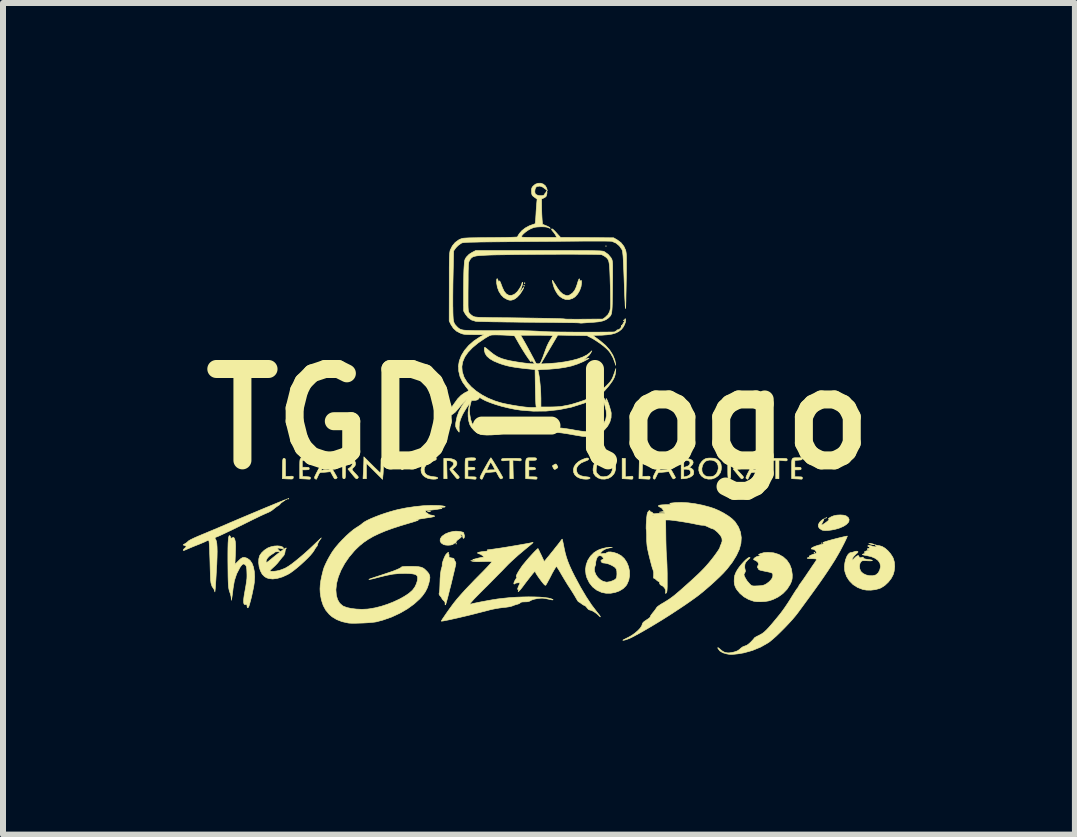
<source format=kicad_pcb>
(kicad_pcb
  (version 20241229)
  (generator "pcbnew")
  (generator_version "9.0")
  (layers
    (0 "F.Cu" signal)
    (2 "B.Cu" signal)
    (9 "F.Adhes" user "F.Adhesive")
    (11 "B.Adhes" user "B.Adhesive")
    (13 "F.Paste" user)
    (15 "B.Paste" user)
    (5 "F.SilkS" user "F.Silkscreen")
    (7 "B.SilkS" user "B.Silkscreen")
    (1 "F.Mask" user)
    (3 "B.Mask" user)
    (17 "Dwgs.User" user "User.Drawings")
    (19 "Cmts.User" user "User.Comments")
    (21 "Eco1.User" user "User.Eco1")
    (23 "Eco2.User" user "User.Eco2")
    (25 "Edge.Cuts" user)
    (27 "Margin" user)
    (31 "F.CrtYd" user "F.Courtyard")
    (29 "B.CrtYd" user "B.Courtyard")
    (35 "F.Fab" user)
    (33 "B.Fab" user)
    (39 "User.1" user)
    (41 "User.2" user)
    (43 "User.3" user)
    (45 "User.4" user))
  (footprint "TGD-logo"
    (layer "F.Cu")
    (at 5.927 3.937)
    (property "Reference" "TGD-logo" (at 0 0 0) (layer "F.SilkS") (effects (font (size 1.524 1.524) (thickness 0.3))))
    (attr through_hole)
    (fp_poly (pts (xy -4.191 1.339) (xy -4.196 1.344) (xy -4.202 1.339) (xy -4.196 1.333) (xy -4.191 1.339)) (stroke (width 0.01) (type solid)) (fill yes) (layer "F.SilkS"))
    (fp_poly (pts (xy -1.365 2.08) (xy -1.371 2.085) (xy -1.376 2.08) (xy -1.371 2.074) (xy -1.365 2.08)) (stroke (width 0.01) (type solid)) (fill yes) (layer "F.SilkS"))
    (fp_poly (pts (xy 1.132 -2.884) (xy 1.127 -2.879) (xy 1.122 -2.884) (xy 1.127 -2.889) (xy 1.132 -2.884)) (stroke (width 0.01) (type solid)) (fill yes) (layer "F.SilkS"))
    (fp_poly (pts (xy 1.429 -1.646) (xy 1.423 -1.64) (xy 1.418 -1.646) (xy 1.423 -1.651) (xy 1.429 -1.646)) (stroke (width 0.01) (type solid)) (fill yes) (layer "F.SilkS"))
    (fp_poly (pts (xy 4.731 2.069) (xy 4.725 2.074) (xy 4.72 2.069) (xy 4.725 2.064) (xy 4.731 2.069)) (stroke (width 0.01) (type solid)) (fill yes) (layer "F.SilkS"))
    (fp_poly (pts (xy 4.784 1.656) (xy 4.778 1.662) (xy 4.773 1.656) (xy 4.778 1.651) (xy 4.784 1.656)) (stroke (width 0.01) (type solid)) (fill yes) (layer "F.SilkS"))
    (fp_poly (pts (xy 4.805 1.646) (xy 4.8 1.651) (xy 4.794 1.646) (xy 4.8 1.64) (xy 4.805 1.646)) (stroke (width 0.01) (type solid)) (fill yes) (layer "F.SilkS"))
    (fp_poly (pts (xy -4.163 1.326) (xy -4.164 1.333) (xy -4.17 1.333) (xy -4.179 1.33) (xy -4.177 1.326) (xy -4.164 1.325) (xy -4.163 1.326)) (stroke (width 0.01) (type solid)) (fill yes) (layer "F.SilkS"))
    (fp_poly (pts (xy -0.236 -2.23) (xy -0.235 -2.217) (xy -0.236 -2.215) (xy -0.243 -2.217) (xy -0.243 -2.223) (xy -0.24 -2.231) (xy -0.236 -2.23)) (stroke (width 0.01) (type solid)) (fill yes) (layer "F.SilkS"))
    (fp_poly (pts (xy -0.226 -2.272) (xy -0.225 -2.259) (xy -0.226 -2.258) (xy -0.232 -2.259) (xy -0.233 -2.265) (xy -0.229 -2.274) (xy -0.226 -2.272)) (stroke (width 0.01) (type solid)) (fill yes) (layer "F.SilkS"))
    (fp_poly (pts (xy 4.611 2.226) (xy 4.609 2.232) (xy 4.604 2.233) (xy 4.595 2.229) (xy 4.597 2.226) (xy 4.609 2.225) (xy 4.611 2.226)) (stroke (width 0.01) (type solid)) (fill yes) (layer "F.SilkS"))
    (fp_poly (pts (xy -1.802 1.538) (xy -1.799 1.541) (xy -1.814 1.542) (xy -1.826 1.542) (xy -1.846 1.541) (xy -1.849 1.539) (xy -1.844 1.538) (xy -1.816 1.536) (xy -1.802 1.538)) (stroke (width 0.01) (type solid)) (fill yes) (layer "F.SilkS"))
    (fp_poly (pts (xy 5.565 2.08) (xy 5.583 2.085) (xy 5.604 2.094) (xy 5.583 2.094) (xy 5.556 2.09) (xy 5.535 2.085) (xy 5.509 2.076) (xy 5.535 2.076) (xy 5.565 2.08)) (stroke (width 0.01) (type solid)) (fill yes) (layer "F.SilkS"))
    (fp_poly (pts (xy -2.241 0.761) (xy -2.231 0.772) (xy -2.216 0.794) (xy -2.216 0.808) (xy -2.232 0.822) (xy -2.243 0.829) (xy -2.275 0.847) (xy -2.292 0.814) (xy -2.302 0.792) (xy -2.306 0.779) (xy -2.305 0.778) (xy -2.294 0.772) (xy -2.276 0.762) (xy -2.256 0.754) (xy -2.241 0.761)) (stroke (width 0.01) (type solid)) (fill yes) (layer "F.SilkS"))
    (fp_poly (pts (xy 0.296 0.752) (xy 0.305 0.764) (xy 0.312 0.775) (xy 0.323 0.795) (xy 0.323 0.808) (xy 0.31 0.821) (xy 0.283 0.837) (xy 0.269 0.84) (xy 0.257 0.829) (xy 0.248 0.814) (xy 0.238 0.792) (xy 0.234 0.78) (xy 0.235 0.779) (xy 0.266 0.759) (xy 0.284 0.75) (xy 0.296 0.752)) (stroke (width 0.01) (type solid)) (fill yes) (layer "F.SilkS"))
    (fp_poly (pts (xy 1.45 0.965) (xy 1.513 0.958) (xy 1.548 0.954) (xy 1.567 0.954) (xy 1.575 0.96) (xy 1.577 0.974) (xy 1.577 0.978) (xy 1.573 0.999) (xy 1.558 1.003) (xy 1.539 1.002) (xy 1.505 1) (xy 1.468 0.998) (xy 1.397 0.994) (xy 1.397 0.656) (xy 1.45 0.656) (xy 1.45 0.965)) (stroke (width 0.01) (type solid)) (fill yes) (layer "F.SilkS"))
    (fp_poly (pts (xy 1.734 0.807) (xy 1.73 0.958) (xy 1.797 0.955) (xy 1.833 0.953) (xy 1.852 0.955) (xy 1.861 0.962) (xy 1.863 0.974) (xy 1.863 0.979) (xy 1.858 0.999) (xy 1.844 1.003) (xy 1.825 1.002) (xy 1.791 1) (xy 1.752 0.998) (xy 1.677 0.994) (xy 1.684 0.656) (xy 1.738 0.656) (xy 1.734 0.807)) (stroke (width 0.01) (type solid)) (fill yes) (layer "F.SilkS"))
    (fp_poly (pts (xy -4.231 0.657) (xy -4.225 0.661) (xy -4.22 0.672) (xy -4.218 0.693) (xy -4.217 0.726) (xy -4.217 0.777) (xy -4.217 0.807) (xy -4.217 0.958) (xy -4.151 0.955) (xy -4.114 0.953) (xy -4.095 0.955) (xy -4.087 0.961) (xy -4.087 0.973) (xy -4.087 0.976) (xy -4.09 0.988) (xy -4.096 0.996) (xy -4.109 1) (xy -4.134 1) (xy -4.175 0.999) (xy -4.196 0.998) (xy -4.27 0.994) (xy -4.267 0.825) (xy -4.266 0.762) (xy -4.265 0.717) (xy -4.263 0.687) (xy -4.259 0.669) (xy -4.255 0.66) (xy -4.248 0.657) (xy -4.24 0.656) (xy -4.231 0.657)) (stroke (width 0.01) (type solid)) (fill yes) (layer "F.SilkS"))
    (fp_poly (pts (xy 4.047 0.656) (xy 4.091 0.657) (xy 4.12 0.658) (xy 4.137 0.661) (xy 4.146 0.666) (xy 4.148 0.673) (xy 4.149 0.679) (xy 4.147 0.69) (xy 4.14 0.696) (xy 4.122 0.697) (xy 4.089 0.695) (xy 4.08 0.694) (xy 4.011 0.686) (xy 4.011 0.995) (xy 3.958 0.995) (xy 3.958 0.685) (xy 3.889 0.693) (xy 3.852 0.696) (xy 3.832 0.696) (xy 3.823 0.691) (xy 3.821 0.681) (xy 3.821 0.678) (xy 3.821 0.67) (xy 3.826 0.664) (xy 3.838 0.66) (xy 3.859 0.658) (xy 3.894 0.657) (xy 3.944 0.656) (xy 3.985 0.656) (xy 4.047 0.656)) (stroke (width 0.01) (type solid)) (fill yes) (layer "F.SilkS"))
    (fp_poly (pts (xy -0.388 0.656) (xy -0.344 0.657) (xy -0.314 0.658) (xy -0.297 0.661) (xy -0.289 0.666) (xy -0.286 0.673) (xy -0.286 0.678) (xy -0.287 0.69) (xy -0.295 0.696) (xy -0.313 0.697) (xy -0.346 0.694) (xy -0.356 0.693) (xy -0.425 0.685) (xy -0.422 0.84) (xy -0.418 0.995) (xy -0.447 0.995) (xy -0.476 0.995) (xy -0.476 0.685) (xy -0.545 0.693) (xy -0.582 0.696) (xy -0.603 0.696) (xy -0.612 0.691) (xy -0.614 0.681) (xy -0.614 0.678) (xy -0.613 0.67) (xy -0.608 0.664) (xy -0.597 0.66) (xy -0.575 0.658) (xy -0.541 0.657) (xy -0.49 0.656) (xy -0.45 0.656) (xy -0.388 0.656)) (stroke (width 0.01) (type solid)) (fill yes) (layer "F.SilkS"))
    (fp_poly (pts (xy 0.83 0.652) (xy 0.838 0.663) (xy 0.835 0.675) (xy 0.821 0.686) (xy 0.791 0.699) (xy 0.773 0.705) (xy 0.713 0.732) (xy 0.669 0.766) (xy 0.642 0.806) (xy 0.635 0.842) (xy 0.642 0.886) (xy 0.663 0.92) (xy 0.701 0.943) (xy 0.757 0.958) (xy 0.794 0.962) (xy 0.833 0.967) (xy 0.855 0.974) (xy 0.862 0.983) (xy 0.863 0.984) (xy 0.853 0.994) (xy 0.828 1.001) (xy 0.793 1.003) (xy 0.752 1) (xy 0.712 0.993) (xy 0.697 0.989) (xy 0.644 0.964) (xy 0.607 0.929) (xy 0.587 0.887) (xy 0.584 0.841) (xy 0.596 0.794) (xy 0.626 0.749) (xy 0.671 0.709) (xy 0.71 0.686) (xy 0.766 0.662) (xy 0.806 0.65) (xy 0.83 0.652)) (stroke (width 0.01) (type solid)) (fill yes) (layer "F.SilkS"))
    (fp_poly (pts (xy -1.707 0.649) (xy -1.703 0.658) (xy -1.702 0.664) (xy -1.705 0.676) (xy -1.721 0.687) (xy -1.753 0.7) (xy -1.767 0.705) (xy -1.827 0.732) (xy -1.871 0.766) (xy -1.898 0.806) (xy -1.905 0.842) (xy -1.898 0.886) (xy -1.877 0.92) (xy -1.839 0.943) (xy -1.783 0.958) (xy -1.746 0.962) (xy -1.707 0.967) (xy -1.685 0.974) (xy -1.678 0.983) (xy -1.677 0.984) (xy -1.687 0.994) (xy -1.712 1.001) (xy -1.747 1.003) (xy -1.788 1) (xy -1.828 0.993) (xy -1.843 0.989) (xy -1.893 0.964) (xy -1.925 0.936) (xy -1.951 0.893) (xy -1.958 0.847) (xy -1.947 0.799) (xy -1.921 0.754) (xy -1.879 0.714) (xy -1.825 0.681) (xy -1.774 0.661) (xy -1.738 0.651) (xy -1.717 0.647) (xy -1.707 0.649)) (stroke (width 0.01) (type solid)) (fill yes) (layer "F.SilkS"))
    (fp_poly (pts (xy -2.775 0.765) (xy -2.732 0.808) (xy -2.693 0.845) (xy -2.662 0.875) (xy -2.641 0.894) (xy -2.632 0.9) (xy -2.629 0.89) (xy -2.627 0.863) (xy -2.625 0.823) (xy -2.625 0.774) (xy -2.625 0.774) (xy -2.624 0.72) (xy -2.624 0.685) (xy -2.621 0.664) (xy -2.617 0.654) (xy -2.61 0.652) (xy -2.603 0.653) (xy -2.594 0.657) (xy -2.588 0.666) (xy -2.585 0.684) (xy -2.583 0.715) (xy -2.584 0.763) (xy -2.584 0.766) (xy -2.585 0.821) (xy -2.587 0.876) (xy -2.59 0.924) (xy -2.592 0.939) (xy -2.598 1.006) (xy -2.733 0.871) (xy -2.868 0.736) (xy -2.868 0.995) (xy -2.924 0.995) (xy -2.917 0.866) (xy -2.915 0.81) (xy -2.912 0.756) (xy -2.911 0.711) (xy -2.91 0.684) (xy -2.91 0.63) (xy -2.775 0.765)) (stroke (width 0.01) (type solid)) (fill yes) (layer "F.SilkS"))
    (fp_poly (pts (xy -1.452 0.662) (xy -1.406 0.676) (xy -1.374 0.699) (xy -1.359 0.727) (xy -1.361 0.76) (xy -1.383 0.794) (xy -1.4 0.81) (xy -1.432 0.837) (xy -1.407 0.866) (xy -1.383 0.892) (xy -1.356 0.922) (xy -1.347 0.932) (xy -1.326 0.955) (xy -1.319 0.969) (xy -1.323 0.979) (xy -1.332 0.988) (xy -1.342 0.996) (xy -1.352 0.996) (xy -1.365 0.986) (xy -1.385 0.963) (xy -1.403 0.94) (xy -1.437 0.897) (xy -1.46 0.867) (xy -1.473 0.847) (xy -1.476 0.834) (xy -1.472 0.824) (xy -1.461 0.814) (xy -1.452 0.806) (xy -1.429 0.782) (xy -1.415 0.76) (xy -1.414 0.756) (xy -1.416 0.731) (xy -1.435 0.71) (xy -1.468 0.697) (xy -1.489 0.694) (xy -1.529 0.693) (xy -1.526 0.844) (xy -1.522 0.995) (xy -1.577 0.995) (xy -1.577 0.656) (xy -1.513 0.656) (xy -1.452 0.662)) (stroke (width 0.01) (type solid)) (fill yes) (layer "F.SilkS"))
    (fp_poly (pts (xy -0.098 0.646) (xy -0.062 0.646) (xy -0.042 0.649) (xy -0.033 0.657) (xy -0.032 0.667) (xy -0.034 0.679) (xy -0.044 0.685) (xy -0.067 0.688) (xy -0.095 0.688) (xy -0.159 0.688) (xy -0.159 0.804) (xy -0.107 0.804) (xy -0.069 0.808) (xy -0.051 0.817) (xy -0.049 0.819) (xy -0.047 0.834) (xy -0.058 0.843) (xy -0.083 0.846) (xy -0.108 0.847) (xy -0.159 0.847) (xy -0.159 0.963) (xy -0.09 0.963) (xy -0.053 0.964) (xy -0.032 0.967) (xy -0.023 0.973) (xy -0.021 0.984) (xy -0.028 1.001) (xy -0.04 1.003) (xy -0.059 1.002) (xy -0.093 1) (xy -0.133 0.998) (xy -0.135 0.998) (xy -0.212 0.994) (xy -0.212 0.826) (xy -0.212 0.761) (xy -0.211 0.713) (xy -0.207 0.681) (xy -0.198 0.661) (xy -0.183 0.65) (xy -0.16 0.646) (xy -0.126 0.646) (xy -0.098 0.646)) (stroke (width 0.01) (type solid)) (fill yes) (layer "F.SilkS"))
    (fp_poly (pts (xy -3.878 0.646) (xy -3.841 0.646) (xy -3.82 0.649) (xy -3.812 0.656) (xy -3.81 0.667) (xy -3.812 0.679) (xy -3.822 0.685) (xy -3.845 0.688) (xy -3.873 0.688) (xy -3.937 0.688) (xy -3.937 0.804) (xy -3.879 0.804) (xy -3.845 0.805) (xy -3.828 0.809) (xy -3.821 0.818) (xy -3.821 0.826) (xy -3.823 0.838) (xy -3.834 0.844) (xy -3.858 0.846) (xy -3.879 0.847) (xy -3.938 0.847) (xy -3.935 0.902) (xy -3.932 0.958) (xy -3.866 0.961) (xy -3.829 0.964) (xy -3.809 0.968) (xy -3.801 0.976) (xy -3.799 0.985) (xy -3.806 1.001) (xy -3.818 1.003) (xy -3.838 1.002) (xy -3.871 1) (xy -3.908 0.998) (xy -3.979 0.994) (xy -3.979 0.826) (xy -3.979 0.76) (xy -3.978 0.713) (xy -3.975 0.681) (xy -3.967 0.661) (xy -3.953 0.65) (xy -3.932 0.646) (xy -3.901 0.645) (xy -3.878 0.646)) (stroke (width 0.01) (type solid)) (fill yes) (layer "F.SilkS"))
    (fp_poly (pts (xy 4.337 0.646) (xy 4.374 0.646) (xy 4.394 0.649) (xy 4.401 0.656) (xy 4.401 0.664) (xy 4.394 0.675) (xy 4.376 0.682) (xy 4.342 0.685) (xy 4.336 0.686) (xy 4.276 0.689) (xy 4.276 0.804) (xy 4.329 0.804) (xy 4.36 0.805) (xy 4.376 0.81) (xy 4.381 0.821) (xy 4.381 0.826) (xy 4.379 0.838) (xy 4.367 0.845) (xy 4.341 0.847) (xy 4.329 0.847) (xy 4.276 0.847) (xy 4.276 0.963) (xy 4.339 0.963) (xy 4.375 0.964) (xy 4.394 0.967) (xy 4.401 0.975) (xy 4.403 0.984) (xy 4.397 1) (xy 4.389 1.003) (xy 4.373 1.002) (xy 4.342 1) (xy 4.302 0.998) (xy 4.299 0.998) (xy 4.223 0.994) (xy 4.223 0.826) (xy 4.223 0.761) (xy 4.224 0.713) (xy 4.227 0.681) (xy 4.236 0.661) (xy 4.251 0.65) (xy 4.275 0.646) (xy 4.309 0.646) (xy 4.337 0.646)) (stroke (width 0.01) (type solid)) (fill yes) (layer "F.SilkS"))
    (fp_poly (pts (xy -1.081 0.647) (xy -1.06 0.649) (xy -1.05 0.655) (xy -1.048 0.666) (xy -1.048 0.667) (xy -1.05 0.679) (xy -1.06 0.685) (xy -1.083 0.688) (xy -1.111 0.688) (xy -1.175 0.688) (xy -1.175 0.804) (xy -1.117 0.804) (xy -1.083 0.805) (xy -1.065 0.809) (xy -1.059 0.818) (xy -1.058 0.826) (xy -1.061 0.838) (xy -1.072 0.844) (xy -1.096 0.846) (xy -1.117 0.847) (xy -1.175 0.847) (xy -1.175 0.963) (xy -1.106 0.963) (xy -1.069 0.964) (xy -1.048 0.967) (xy -1.039 0.973) (xy -1.037 0.984) (xy -1.044 1.001) (xy -1.056 1.004) (xy -1.075 1.002) (xy -1.109 0.999) (xy -1.148 0.996) (xy -1.222 0.99) (xy -1.222 0.826) (xy -1.222 0.761) (xy -1.221 0.715) (xy -1.219 0.685) (xy -1.215 0.666) (xy -1.21 0.656) (xy -1.206 0.654) (xy -1.188 0.65) (xy -1.156 0.648) (xy -1.119 0.646) (xy -1.081 0.647)) (stroke (width 0.01) (type solid)) (fill yes) (layer "F.SilkS"))
    (fp_poly (pts (xy -1.338 1.872) (xy -1.301 1.877) (xy -1.269 1.884) (xy -1.248 1.893) (xy -1.242 1.901) (xy -1.243 1.903) (xy -1.243 1.915) (xy -1.237 1.928) (xy -1.232 1.95) (xy -1.235 1.973) (xy -1.244 1.988) (xy -1.249 1.99) (xy -1.257 1.981) (xy -1.261 1.961) (xy -1.271 1.935) (xy -1.286 1.928) (xy -1.3 1.927) (xy -1.297 1.935) (xy -1.291 1.942) (xy -1.283 1.956) (xy -1.288 1.969) (xy -1.303 1.983) (xy -1.33 2.004) (xy -1.353 2.021) (xy -1.369 2.037) (xy -1.371 2.05) (xy -1.375 2.062) (xy -1.383 2.064) (xy -1.403 2.072) (xy -1.413 2.081) (xy -1.433 2.094) (xy -1.466 2.101) (xy -1.507 2.104) (xy -1.547 2.101) (xy -1.581 2.093) (xy -1.584 2.091) (xy -1.621 2.066) (xy -1.638 2.034) (xy -1.636 1.999) (xy -1.613 1.962) (xy -1.603 1.952) (xy -1.552 1.916) (xy -1.487 1.889) (xy -1.414 1.873) (xy -1.375 1.87) (xy -1.338 1.872)) (stroke (width 0.01) (type solid)) (fill yes) (layer "F.SilkS"))
    (fp_poly (pts (xy 5.088 1.603) (xy 5.129 1.614) (xy 5.132 1.616) (xy 5.166 1.642) (xy 5.181 1.674) (xy 5.177 1.707) (xy 5.168 1.724) (xy 5.135 1.758) (xy 5.09 1.787) (xy 5.029 1.814) (xy 4.997 1.825) (xy 4.942 1.84) (xy 4.883 1.851) (xy 4.826 1.858) (xy 4.776 1.859) (xy 4.739 1.854) (xy 4.731 1.852) (xy 4.69 1.826) (xy 4.669 1.796) (xy 4.668 1.761) (xy 4.688 1.723) (xy 4.711 1.699) (xy 4.74 1.675) (xy 4.757 1.666) (xy 4.76 1.674) (xy 4.753 1.692) (xy 4.735 1.727) (xy 4.725 1.748) (xy 4.721 1.76) (xy 4.72 1.767) (xy 4.728 1.767) (xy 4.749 1.755) (xy 4.778 1.736) (xy 4.789 1.728) (xy 4.826 1.7) (xy 4.845 1.68) (xy 4.845 1.671) (xy 4.837 1.665) (xy 4.837 1.66) (xy 4.848 1.651) (xy 4.873 1.636) (xy 4.883 1.63) (xy 4.925 1.613) (xy 4.978 1.602) (xy 5.035 1.599) (xy 5.088 1.603)) (stroke (width 0.01) (type solid)) (fill yes) (layer "F.SilkS"))
    (fp_poly (pts (xy 0.687 -2.331) (xy 0.688 -2.316) (xy 0.69 -2.301) (xy 0.7 -2.304) (xy 0.704 -2.307) (xy 0.713 -2.312) (xy 0.718 -2.305) (xy 0.72 -2.281) (xy 0.72 -2.272) (xy 0.711 -2.207) (xy 0.688 -2.143) (xy 0.654 -2.085) (xy 0.611 -2.038) (xy 0.567 -2.01) (xy 0.508 -1.992) (xy 0.45 -1.995) (xy 0.405 -2.012) (xy 0.359 -2.042) (xy 0.32 -2.083) (xy 0.285 -2.141) (xy 0.274 -2.164) (xy 0.262 -2.192) (xy 0.252 -2.224) (xy 0.243 -2.256) (xy 0.236 -2.284) (xy 0.233 -2.304) (xy 0.235 -2.313) (xy 0.241 -2.306) (xy 0.243 -2.302) (xy 0.258 -2.277) (xy 0.273 -2.254) (xy 0.291 -2.226) (xy 0.311 -2.194) (xy 0.312 -2.191) (xy 0.357 -2.129) (xy 0.404 -2.086) (xy 0.439 -2.069) (xy 0.469 -2.058) (xy 0.489 -2.057) (xy 0.511 -2.064) (xy 0.525 -2.071) (xy 0.569 -2.101) (xy 0.605 -2.145) (xy 0.633 -2.205) (xy 0.648 -2.252) (xy 0.662 -2.298) (xy 0.674 -2.328) (xy 0.682 -2.339) (xy 0.687 -2.331)) (stroke (width 0.01) (type solid)) (fill yes) (layer "F.SilkS"))
    (fp_poly (pts (xy 2.497 0.661) (xy 2.541 0.674) (xy 2.57 0.694) (xy 2.581 0.72) (xy 2.574 0.75) (xy 2.551 0.779) (xy 2.52 0.809) (xy 2.551 0.822) (xy 2.578 0.844) (xy 2.591 0.877) (xy 2.587 0.916) (xy 2.587 0.919) (xy 2.567 0.945) (xy 2.532 0.968) (xy 2.485 0.985) (xy 2.438 0.993) (xy 2.381 0.997) (xy 2.381 0.836) (xy 2.424 0.836) (xy 2.424 0.966) (xy 2.457 0.959) (xy 2.49 0.949) (xy 2.516 0.936) (xy 2.536 0.911) (xy 2.54 0.889) (xy 2.532 0.86) (xy 2.509 0.843) (xy 2.468 0.836) (xy 2.461 0.836) (xy 2.424 0.836) (xy 2.381 0.836) (xy 2.381 0.743) (xy 2.424 0.743) (xy 2.424 0.807) (xy 2.453 0.799) (xy 2.484 0.788) (xy 2.506 0.777) (xy 2.524 0.755) (xy 2.529 0.729) (xy 2.518 0.706) (xy 2.509 0.699) (xy 2.483 0.691) (xy 2.456 0.688) (xy 2.438 0.689) (xy 2.428 0.695) (xy 2.424 0.711) (xy 2.424 0.743) (xy 2.381 0.743) (xy 2.381 0.656) (xy 2.438 0.656) (xy 2.497 0.661)) (stroke (width 0.01) (type solid)) (fill yes) (layer "F.SilkS"))
    (fp_poly (pts (xy 2.929 0.654) (xy 2.969 0.666) (xy 3.002 0.689) (xy 3.03 0.722) (xy 3.045 0.755) (xy 3.051 0.8) (xy 3.048 0.847) (xy 3.037 0.889) (xy 3.034 0.896) (xy 2.997 0.945) (xy 2.948 0.98) (xy 2.891 1) (xy 2.831 1.002) (xy 2.771 0.986) (xy 2.762 0.982) (xy 2.717 0.948) (xy 2.688 0.905) (xy 2.674 0.855) (xy 2.676 0.822) (xy 2.725 0.822) (xy 2.728 0.873) (xy 2.748 0.916) (xy 2.784 0.948) (xy 2.786 0.949) (xy 2.822 0.96) (xy 2.866 0.962) (xy 2.909 0.955) (xy 2.931 0.946) (xy 2.966 0.914) (xy 2.989 0.871) (xy 3 0.822) (xy 2.996 0.774) (xy 2.978 0.733) (xy 2.943 0.702) (xy 2.897 0.686) (xy 2.847 0.684) (xy 2.799 0.698) (xy 2.785 0.705) (xy 2.766 0.725) (xy 2.746 0.755) (xy 2.739 0.769) (xy 2.725 0.822) (xy 2.676 0.822) (xy 2.676 0.802) (xy 2.694 0.75) (xy 2.728 0.704) (xy 2.759 0.677) (xy 2.784 0.663) (xy 2.81 0.655) (xy 2.846 0.651) (xy 2.874 0.651) (xy 2.929 0.654)) (stroke (width 0.01) (type solid)) (fill yes) (layer "F.SilkS"))
    (fp_poly (pts (xy -3.196 0.656) (xy -3.134 0.661) (xy -3.089 0.674) (xy -3.062 0.698) (xy -3.05 0.732) (xy -3.05 0.733) (xy -3.051 0.763) (xy -3.061 0.785) (xy -3.08 0.805) (xy -3.097 0.821) (xy -3.105 0.834) (xy -3.104 0.847) (xy -3.091 0.866) (xy -3.067 0.893) (xy -3.04 0.921) (xy -3.016 0.948) (xy -3.004 0.964) (xy -3.003 0.975) (xy -3.012 0.985) (xy -3.014 0.988) (xy -3.024 0.995) (xy -3.033 0.996) (xy -3.046 0.988) (xy -3.064 0.969) (xy -3.091 0.937) (xy -3.105 0.919) (xy -3.176 0.833) (xy -3.144 0.812) (xy -3.116 0.785) (xy -3.102 0.753) (xy -3.105 0.725) (xy -3.121 0.708) (xy -3.15 0.694) (xy -3.185 0.688) (xy -3.192 0.688) (xy -3.217 0.688) (xy -3.217 0.841) (xy -3.217 0.901) (xy -3.218 0.943) (xy -3.22 0.97) (xy -3.223 0.985) (xy -3.228 0.993) (xy -3.236 0.995) (xy -3.241 0.995) (xy -3.25 0.994) (xy -3.256 0.991) (xy -3.261 0.981) (xy -3.263 0.961) (xy -3.265 0.93) (xy -3.265 0.883) (xy -3.265 0.825) (xy -3.265 0.656) (xy -3.196 0.656)) (stroke (width 0.01) (type solid)) (fill yes) (layer "F.SilkS"))
    (fp_poly (pts (xy 1.19 0.662) (xy 1.237 0.688) (xy 1.271 0.727) (xy 1.273 0.73) (xy 1.288 0.779) (xy 1.288 0.834) (xy 1.273 0.888) (xy 1.257 0.918) (xy 1.217 0.96) (xy 1.166 0.989) (xy 1.107 1.002) (xy 1.048 1) (xy 0.996 0.982) (xy 0.951 0.95) (xy 0.923 0.909) (xy 0.914 0.861) (xy 0.963 0.861) (xy 0.966 0.885) (xy 0.977 0.903) (xy 0.997 0.925) (xy 0.998 0.926) (xy 1.024 0.949) (xy 1.048 0.96) (xy 1.081 0.963) (xy 1.086 0.963) (xy 1.14 0.956) (xy 1.173 0.942) (xy 1.208 0.908) (xy 1.23 0.862) (xy 1.236 0.808) (xy 1.235 0.796) (xy 1.221 0.748) (xy 1.193 0.712) (xy 1.154 0.689) (xy 1.11 0.681) (xy 1.063 0.689) (xy 1.018 0.714) (xy 1 0.73) (xy 0.981 0.754) (xy 0.971 0.781) (xy 0.966 0.82) (xy 0.965 0.825) (xy 0.963 0.861) (xy 0.914 0.861) (xy 0.912 0.856) (xy 0.913 0.824) (xy 0.926 0.762) (xy 0.957 0.711) (xy 1.005 0.674) (xy 1.02 0.666) (xy 1.077 0.649) (xy 1.135 0.648) (xy 1.19 0.662)) (stroke (width 0.01) (type solid)) (fill yes) (layer "F.SilkS"))
    (fp_poly (pts (xy 2.187 0.801) (xy 2.218 0.854) (xy 2.246 0.902) (xy 2.267 0.94) (xy 2.281 0.966) (xy 2.286 0.976) (xy 2.278 0.986) (xy 2.265 0.994) (xy 2.254 0.998) (xy 2.243 0.993) (xy 2.229 0.975) (xy 2.21 0.941) (xy 2.176 0.876) (xy 2.122 0.882) (xy 2.082 0.886) (xy 2.044 0.889) (xy 2.032 0.889) (xy 2.011 0.891) (xy 1.996 0.898) (xy 1.984 0.917) (xy 1.97 0.947) (xy 1.953 0.983) (xy 1.941 1) (xy 1.93 1.003) (xy 1.918 0.992) (xy 1.916 0.99) (xy 1.913 0.981) (xy 1.915 0.966) (xy 1.924 0.942) (xy 1.941 0.907) (xy 1.966 0.858) (xy 1.971 0.85) (xy 2.021 0.85) (xy 2.031 0.851) (xy 2.054 0.851) (xy 2.085 0.849) (xy 2.117 0.847) (xy 2.142 0.845) (xy 2.151 0.843) (xy 2.15 0.834) (xy 2.14 0.811) (xy 2.124 0.78) (xy 2.123 0.779) (xy 2.087 0.716) (xy 2.054 0.781) (xy 2.038 0.814) (xy 2.026 0.839) (xy 2.021 0.85) (xy 2.021 0.85) (xy 1.971 0.85) (xy 1.996 0.804) (xy 2.088 0.633) (xy 2.187 0.801)) (stroke (width 0.01) (type solid)) (fill yes) (layer "F.SilkS"))
    (fp_poly (pts (xy 3.227 0.656) (xy 3.29 0.661) (xy 3.334 0.674) (xy 3.362 0.697) (xy 3.374 0.731) (xy 3.374 0.733) (xy 3.373 0.763) (xy 3.362 0.786) (xy 3.345 0.804) (xy 3.325 0.824) (xy 3.314 0.839) (xy 3.313 0.841) (xy 3.319 0.852) (xy 3.337 0.873) (xy 3.363 0.901) (xy 3.371 0.909) (xy 3.399 0.94) (xy 3.415 0.959) (xy 3.42 0.972) (xy 3.417 0.981) (xy 3.409 0.989) (xy 3.399 0.996) (xy 3.39 0.997) (xy 3.378 0.989) (xy 3.36 0.97) (xy 3.333 0.938) (xy 3.319 0.92) (xy 3.248 0.833) (xy 3.273 0.817) (xy 3.307 0.787) (xy 3.322 0.756) (xy 3.323 0.745) (xy 3.317 0.721) (xy 3.297 0.704) (xy 3.259 0.694) (xy 3.251 0.692) (xy 3.207 0.685) (xy 3.207 0.84) (xy 3.207 0.9) (xy 3.206 0.942) (xy 3.204 0.969) (xy 3.201 0.985) (xy 3.196 0.993) (xy 3.189 0.995) (xy 3.183 0.995) (xy 3.174 0.994) (xy 3.168 0.99) (xy 3.163 0.98) (xy 3.161 0.961) (xy 3.159 0.929) (xy 3.158 0.882) (xy 3.158 0.825) (xy 3.157 0.656) (xy 3.227 0.656)) (stroke (width 0.01) (type solid)) (fill yes) (layer "F.SilkS"))
    (fp_poly (pts (xy 3.712 0.759) (xy 3.742 0.81) (xy 3.771 0.858) (xy 3.795 0.9) (xy 3.812 0.929) (xy 3.813 0.932) (xy 3.841 0.98) (xy 3.818 0.994) (xy 3.8 1.001) (xy 3.792 0.999) (xy 3.785 0.985) (xy 3.771 0.96) (xy 3.756 0.933) (xy 3.723 0.876) (xy 3.675 0.882) (xy 3.635 0.887) (xy 3.594 0.889) (xy 3.586 0.889) (xy 3.563 0.89) (xy 3.548 0.897) (xy 3.535 0.913) (xy 3.521 0.944) (xy 3.519 0.947) (xy 3.505 0.978) (xy 3.494 0.999) (xy 3.49 1.005) (xy 3.479 1) (xy 3.468 0.992) (xy 3.462 0.986) (xy 3.461 0.977) (xy 3.465 0.962) (xy 3.475 0.938) (xy 3.492 0.903) (xy 3.518 0.854) (xy 3.524 0.842) (xy 3.578 0.842) (xy 3.587 0.847) (xy 3.61 0.849) (xy 3.64 0.849) (xy 3.671 0.847) (xy 3.694 0.844) (xy 3.703 0.841) (xy 3.7 0.831) (xy 3.689 0.807) (xy 3.672 0.777) (xy 3.637 0.717) (xy 3.608 0.774) (xy 3.592 0.806) (xy 3.581 0.831) (xy 3.578 0.842) (xy 3.524 0.842) (xy 3.544 0.806) (xy 3.638 0.634) (xy 3.712 0.759)) (stroke (width 0.01) (type solid)) (fill yes) (layer "F.SilkS"))
    (fp_poly (pts (xy -0.68 -2.333) (xy -0.672 -2.31) (xy -0.666 -2.292) (xy -0.659 -2.293) (xy -0.656 -2.297) (xy -0.651 -2.303) (xy -0.645 -2.301) (xy -0.638 -2.289) (xy -0.627 -2.264) (xy -0.612 -2.223) (xy -0.598 -2.187) (xy -0.569 -2.127) (xy -0.533 -2.085) (xy -0.492 -2.063) (xy -0.448 -2.061) (xy -0.402 -2.079) (xy -0.357 -2.117) (xy -0.345 -2.131) (xy -0.317 -2.17) (xy -0.294 -2.209) (xy -0.279 -2.243) (xy -0.275 -2.261) (xy -0.269 -2.277) (xy -0.266 -2.28) (xy -0.261 -2.276) (xy -0.263 -2.257) (xy -0.27 -2.228) (xy -0.281 -2.194) (xy -0.295 -2.159) (xy -0.3 -2.147) (xy -0.313 -2.117) (xy -0.316 -2.104) (xy -0.308 -2.109) (xy -0.292 -2.131) (xy -0.274 -2.157) (xy -0.255 -2.185) (xy -0.246 -2.195) (xy -0.245 -2.189) (xy -0.254 -2.169) (xy -0.273 -2.135) (xy -0.274 -2.133) (xy -0.311 -2.078) (xy -0.353 -2.033) (xy -0.395 -2.002) (xy -0.422 -1.99) (xy -0.452 -1.982) (xy -0.474 -1.981) (xy -0.497 -1.986) (xy -0.522 -1.995) (xy -0.575 -2.024) (xy -0.621 -2.07) (xy -0.658 -2.129) (xy -0.684 -2.198) (xy -0.696 -2.267) (xy -0.697 -2.306) (xy -0.694 -2.331) (xy -0.688 -2.341) (xy -0.68 -2.333)) (stroke (width 0.01) (type solid)) (fill yes) (layer "F.SilkS"))
    (fp_poly (pts (xy -3.548 0.654) (xy -3.532 0.678) (xy -3.51 0.712) (xy -3.484 0.755) (xy -3.456 0.801) (xy -3.428 0.849) (xy -3.401 0.894) (xy -3.379 0.932) (xy -3.363 0.961) (xy -3.355 0.976) (xy -3.355 0.978) (xy -3.363 0.987) (xy -3.376 0.995) (xy -3.388 0.998) (xy -3.399 0.993) (xy -3.412 0.975) (xy -3.431 0.942) (xy -3.431 0.941) (xy -3.466 0.877) (xy -3.519 0.883) (xy -3.559 0.887) (xy -3.598 0.889) (xy -3.61 0.889) (xy -3.632 0.89) (xy -3.647 0.898) (xy -3.659 0.915) (xy -3.674 0.947) (xy -3.688 0.978) (xy -3.699 0.999) (xy -3.704 1.005) (xy -3.716 0.999) (xy -3.727 0.992) (xy -3.732 0.985) (xy -3.733 0.975) (xy -3.728 0.958) (xy -3.716 0.933) (xy -3.697 0.895) (xy -3.672 0.847) (xy -3.619 0.847) (xy -3.612 0.855) (xy -3.603 0.853) (xy -3.583 0.849) (xy -3.551 0.847) (xy -3.534 0.847) (xy -3.482 0.847) (xy -3.517 0.784) (xy -3.535 0.754) (xy -3.55 0.733) (xy -3.559 0.727) (xy -3.559 0.727) (xy -3.569 0.739) (xy -3.583 0.764) (xy -3.599 0.795) (xy -3.612 0.823) (xy -3.619 0.844) (xy -3.619 0.847) (xy -3.672 0.847) (xy -3.669 0.843) (xy -3.653 0.812) (xy -3.623 0.759) (xy -3.597 0.713) (xy -3.575 0.676) (xy -3.56 0.653) (xy -3.554 0.646) (xy -3.548 0.654)) (stroke (width 0.01) (type solid)) (fill yes) (layer "F.SilkS"))
    (fp_poly (pts (xy -0.785 0.654) (xy -0.77 0.678) (xy -0.748 0.712) (xy -0.722 0.755) (xy -0.694 0.801) (xy -0.666 0.849) (xy -0.639 0.894) (xy -0.617 0.932) (xy -0.601 0.961) (xy -0.593 0.977) (xy -0.593 0.978) (xy -0.601 0.987) (xy -0.613 0.995) (xy -0.625 0.998) (xy -0.636 0.993) (xy -0.65 0.975) (xy -0.669 0.942) (xy -0.669 0.941) (xy -0.704 0.877) (xy -0.757 0.883) (xy -0.797 0.887) (xy -0.836 0.889) (xy -0.848 0.889) (xy -0.87 0.89) (xy -0.885 0.898) (xy -0.897 0.915) (xy -0.912 0.947) (xy -0.926 0.978) (xy -0.937 0.999) (xy -0.943 1.005) (xy -0.955 1) (xy -0.966 0.992) (xy -0.971 0.986) (xy -0.972 0.976) (xy -0.967 0.959) (xy -0.956 0.934) (xy -0.937 0.896) (xy -0.911 0.848) (xy -0.857 0.848) (xy -0.849 0.855) (xy -0.841 0.853) (xy -0.82 0.849) (xy -0.788 0.847) (xy -0.773 0.847) (xy -0.722 0.847) (xy -0.755 0.783) (xy -0.773 0.751) (xy -0.787 0.729) (xy -0.794 0.72) (xy -0.794 0.72) (xy -0.802 0.728) (xy -0.814 0.75) (xy -0.829 0.78) (xy -0.843 0.81) (xy -0.854 0.835) (xy -0.857 0.848) (xy -0.911 0.848) (xy -0.909 0.845) (xy -0.891 0.812) (xy -0.861 0.759) (xy -0.835 0.713) (xy -0.813 0.676) (xy -0.798 0.653) (xy -0.792 0.646) (xy -0.785 0.654)) (stroke (width 0.01) (type solid)) (fill yes) (layer "F.SilkS"))
    (fp_poly (pts (xy -1.496 2.227) (xy -1.499 2.238) (xy -1.499 2.252) (xy -1.495 2.254) (xy -1.489 2.263) (xy -1.49 2.28) (xy -1.491 2.295) (xy -1.486 2.305) (xy -1.469 2.312) (xy -1.437 2.318) (xy -1.423 2.321) (xy -1.408 2.329) (xy -1.405 2.337) (xy -1.401 2.355) (xy -1.392 2.367) (xy -1.378 2.39) (xy -1.376 2.406) (xy -1.378 2.422) (xy -1.385 2.456) (xy -1.396 2.504) (xy -1.41 2.563) (xy -1.426 2.629) (xy -1.443 2.701) (xy -1.461 2.775) (xy -1.48 2.847) (xy -1.497 2.916) (xy -1.513 2.978) (xy -1.527 3.029) (xy -1.538 3.068) (xy -1.546 3.091) (xy -1.548 3.096) (xy -1.555 3.098) (xy -1.555 3.09) (xy -1.555 3.061) (xy -1.567 3.039) (xy -1.582 3.025) (xy -1.6 3.006) (xy -1.609 2.992) (xy -1.609 2.991) (xy -1.615 2.977) (xy -1.632 2.956) (xy -1.635 2.952) (xy -1.653 2.93) (xy -1.656 2.91) (xy -1.653 2.899) (xy -1.649 2.878) (xy -1.645 2.841) (xy -1.643 2.795) (xy -1.642 2.768) (xy -1.639 2.663) (xy -1.632 2.579) (xy -1.622 2.515) (xy -1.613 2.484) (xy -1.605 2.456) (xy -1.603 2.437) (xy -1.603 2.434) (xy -1.604 2.418) (xy -1.597 2.388) (xy -1.585 2.351) (xy -1.57 2.313) (xy -1.554 2.279) (xy -1.539 2.255) (xy -1.539 2.255) (xy -1.517 2.233) (xy -1.502 2.223) (xy -1.496 2.227)) (stroke (width 0.01) (type solid)) (fill yes) (layer "F.SilkS"))
    (fp_poly (pts (xy -5.148 1.944) (xy -5.136 1.958) (xy -5.133 1.971) (xy -5.128 1.986) (xy -5.117 1.986) (xy -5.094 1.976) (xy -5.088 1.974) (xy -5.076 1.979) (xy -5.063 2.005) (xy -5.06 2.017) (xy -5.054 2.043) (xy -5.051 2.075) (xy -5.049 2.118) (xy -5.05 2.175) (xy -5.052 2.245) (xy -5.06 2.424) (xy -5.003 2.366) (xy -4.965 2.33) (xy -4.934 2.311) (xy -4.903 2.307) (xy -4.868 2.317) (xy -4.85 2.325) (xy -4.809 2.356) (xy -4.775 2.405) (xy -4.751 2.468) (xy -4.736 2.545) (xy -4.731 2.632) (xy -4.737 2.727) (xy -4.747 2.794) (xy -4.759 2.852) (xy -4.772 2.914) (xy -4.786 2.976) (xy -4.801 3.033) (xy -4.814 3.081) (xy -4.825 3.116) (xy -4.83 3.13) (xy -4.842 3.146) (xy -4.85 3.147) (xy -4.856 3.132) (xy -4.858 3.114) (xy -4.861 3.095) (xy -4.876 3.092) (xy -4.883 3.093) (xy -4.9 3.093) (xy -4.909 3.082) (xy -4.914 3.06) (xy -4.915 3.031) (xy -4.912 2.989) (xy -4.906 2.944) (xy -4.905 2.937) (xy -4.89 2.853) (xy -4.878 2.786) (xy -4.87 2.734) (xy -4.864 2.692) (xy -4.86 2.657) (xy -4.859 2.626) (xy -4.859 2.595) (xy -4.86 2.562) (xy -4.86 2.558) (xy -4.862 2.509) (xy -4.866 2.475) (xy -4.872 2.453) (xy -4.881 2.438) (xy -4.886 2.433) (xy -4.906 2.418) (xy -4.925 2.418) (xy -4.946 2.435) (xy -4.972 2.469) (xy -4.978 2.479) (xy -5.031 2.581) (xy -5.069 2.696) (xy -5.09 2.82) (xy -5.096 2.873) (xy -5.103 2.922) (xy -5.108 2.961) (xy -5.111 2.979) (xy -5.12 3.022) (xy -5.121 2.984) (xy -5.126 2.953) (xy -5.136 2.914) (xy -5.145 2.889) (xy -5.152 2.869) (xy -5.158 2.846) (xy -5.163 2.82) (xy -5.167 2.788) (xy -5.17 2.747) (xy -5.172 2.695) (xy -5.174 2.631) (xy -5.175 2.552) (xy -5.176 2.456) (xy -5.177 2.36) (xy -5.177 2.244) (xy -5.176 2.148) (xy -5.174 2.071) (xy -5.17 2.014) (xy -5.165 1.974) (xy -5.158 1.95) (xy -5.15 1.943) (xy -5.148 1.944)) (stroke (width 0.01) (type solid)) (fill yes) (layer "F.SilkS"))
    (fp_poly (pts (xy 1.233 2.14) (xy 1.184 2.149) (xy 1.128 2.163) (xy 1.084 2.186) (xy 1.061 2.204) (xy 1.04 2.228) (xy 1.038 2.242) (xy 1.055 2.247) (xy 1.074 2.244) (xy 1.099 2.24) (xy 1.115 2.24) (xy 1.116 2.241) (xy 1.126 2.239) (xy 1.139 2.228) (xy 1.164 2.217) (xy 1.205 2.216) (xy 1.257 2.225) (xy 1.316 2.244) (xy 1.38 2.279) (xy 1.433 2.328) (xy 1.474 2.39) (xy 1.503 2.46) (xy 1.519 2.535) (xy 1.52 2.612) (xy 1.507 2.687) (xy 1.477 2.756) (xy 1.46 2.781) (xy 1.414 2.827) (xy 1.352 2.865) (xy 1.281 2.891) (xy 1.205 2.905) (xy 1.129 2.905) (xy 1.057 2.891) (xy 1.056 2.891) (xy 0.973 2.853) (xy 0.904 2.799) (xy 0.849 2.73) (xy 0.809 2.647) (xy 0.794 2.594) (xy 0.785 2.513) (xy 0.788 2.493) (xy 0.933 2.493) (xy 0.938 2.543) (xy 0.957 2.592) (xy 0.988 2.638) (xy 1.029 2.677) (xy 1.076 2.705) (xy 1.128 2.719) (xy 1.143 2.72) (xy 1.198 2.711) (xy 1.246 2.693) (xy 1.278 2.676) (xy 1.295 2.66) (xy 1.304 2.64) (xy 1.307 2.623) (xy 1.31 2.584) (xy 1.308 2.541) (xy 1.308 2.535) (xy 1.299 2.501) (xy 1.281 2.477) (xy 1.262 2.462) (xy 1.22 2.438) (xy 1.174 2.418) (xy 1.131 2.406) (xy 1.105 2.402) (xy 1.076 2.399) (xy 1.057 2.391) (xy 1.054 2.38) (xy 1.054 2.38) (xy 1.051 2.371) (xy 1.047 2.371) (xy 1.04 2.367) (xy 1.048 2.355) (xy 1.066 2.341) (xy 1.075 2.339) (xy 1.084 2.333) (xy 1.081 2.317) (xy 1.069 2.299) (xy 1.053 2.284) (xy 1.042 2.28) (xy 1.01 2.279) (xy 0.986 2.297) (xy 0.968 2.335) (xy 0.964 2.349) (xy 0.957 2.381) (xy 0.955 2.403) (xy 0.956 2.41) (xy 0.956 2.422) (xy 0.947 2.445) (xy 0.946 2.448) (xy 0.933 2.493) (xy 0.788 2.493) (xy 0.796 2.433) (xy 0.824 2.356) (xy 0.868 2.287) (xy 0.927 2.228) (xy 0.985 2.191) (xy 1.029 2.172) (xy 1.083 2.156) (xy 1.137 2.144) (xy 1.183 2.139) (xy 1.192 2.139) (xy 1.233 2.14)) (stroke (width 0.01) (type solid)) (fill yes) (layer "F.SilkS"))
    (fp_poly (pts (xy -3.621 1.985) (xy -3.646 2.018) (xy -3.668 2.054) (xy -3.681 2.085) (xy -3.683 2.099) (xy -3.69 2.118) (xy -3.698 2.127) (xy -3.711 2.143) (xy -3.729 2.171) (xy -3.741 2.193) (xy -3.765 2.228) (xy -3.802 2.272) (xy -3.85 2.322) (xy -3.906 2.376) (xy -3.966 2.431) (xy -4.027 2.483) (xy -4.085 2.529) (xy -4.138 2.567) (xy -4.178 2.591) (xy -4.268 2.632) (xy -4.353 2.657) (xy -4.43 2.667) (xy -4.498 2.659) (xy -4.537 2.645) (xy -4.571 2.622) (xy -4.601 2.592) (xy -4.607 2.584) (xy -4.636 2.528) (xy -4.656 2.464) (xy -4.664 2.397) (xy -4.662 2.333) (xy -4.648 2.28) (xy -4.645 2.274) (xy -4.615 2.231) (xy -4.57 2.188) (xy -4.517 2.153) (xy -4.51 2.149) (xy -4.459 2.13) (xy -4.404 2.118) (xy -4.349 2.115) (xy -4.301 2.12) (xy -4.265 2.134) (xy -4.26 2.138) (xy -4.25 2.154) (xy -4.256 2.165) (xy -4.274 2.164) (xy -4.274 2.164) (xy -4.303 2.155) (xy -4.33 2.152) (xy -4.347 2.154) (xy -4.35 2.158) (xy -4.343 2.172) (xy -4.327 2.19) (xy -4.303 2.212) (xy -4.347 2.212) (xy -4.375 2.214) (xy -4.392 2.218) (xy -4.394 2.22) (xy -4.404 2.23) (xy -4.427 2.246) (xy -4.448 2.258) (xy -4.489 2.288) (xy -4.52 2.322) (xy -4.538 2.357) (xy -4.54 2.373) (xy -4.538 2.386) (xy -4.531 2.39) (xy -4.516 2.383) (xy -4.491 2.364) (xy -4.452 2.333) (xy -4.45 2.33) (xy -4.392 2.283) (xy -4.339 2.241) (xy -4.292 2.205) (xy -4.253 2.177) (xy -4.224 2.158) (xy -4.207 2.149) (xy -4.203 2.152) (xy -4.209 2.161) (xy -4.22 2.183) (xy -4.221 2.191) (xy -4.228 2.234) (xy -4.241 2.269) (xy -4.254 2.286) (xy -4.269 2.302) (xy -4.292 2.33) (xy -4.317 2.362) (xy -4.35 2.403) (xy -4.39 2.445) (xy -4.419 2.472) (xy -4.447 2.498) (xy -4.468 2.519) (xy -4.477 2.531) (xy -4.477 2.531) (xy -4.467 2.538) (xy -4.442 2.54) (xy -4.408 2.539) (xy -4.368 2.534) (xy -4.329 2.526) (xy -4.317 2.523) (xy -4.274 2.508) (xy -4.229 2.49) (xy -4.211 2.481) (xy -4.169 2.456) (xy -4.114 2.418) (xy -4.05 2.368) (xy -3.979 2.31) (xy -3.903 2.245) (xy -3.826 2.176) (xy -3.758 2.112) (xy -3.712 2.068) (xy -3.673 2.031) (xy -3.643 2.003) (xy -3.625 1.986) (xy -3.619 1.982) (xy -3.621 1.985)) (stroke (width 0.01) (type solid)) (fill yes) (layer "F.SilkS"))
    (fp_poly (pts (xy -4.219 1.349) (xy -4.237 1.362) (xy -4.258 1.376) (xy -4.285 1.395) (xy -4.303 1.411) (xy -4.307 1.418) (xy -4.316 1.429) (xy -4.336 1.443) (xy -4.338 1.444) (xy -4.363 1.46) (xy -4.395 1.484) (xy -4.413 1.499) (xy -4.449 1.527) (xy -4.493 1.552) (xy -4.517 1.562) (xy -4.542 1.573) (xy -4.583 1.591) (xy -4.637 1.616) (xy -4.7 1.647) (xy -4.771 1.681) (xy -4.845 1.718) (xy -4.863 1.727) (xy -4.993 1.791) (xy -5.105 1.846) (xy -5.2 1.891) (xy -5.276 1.927) (xy -5.333 1.953) (xy -5.371 1.968) (xy -5.39 1.977) (xy -5.393 1.986) (xy -5.383 2.005) (xy -5.38 2.008) (xy -5.37 2.034) (xy -5.362 2.076) (xy -5.358 2.134) (xy -5.356 2.21) (xy -5.358 2.305) (xy -5.362 2.419) (xy -5.366 2.483) (xy -5.372 2.584) (xy -5.377 2.673) (xy -5.382 2.748) (xy -5.386 2.807) (xy -5.39 2.85) (xy -5.393 2.876) (xy -5.395 2.882) (xy -5.396 2.876) (xy -5.404 2.847) (xy -5.416 2.828) (xy -5.442 2.789) (xy -5.459 2.735) (xy -5.466 2.678) (xy -5.467 2.651) (xy -5.469 2.607) (xy -5.471 2.549) (xy -5.473 2.481) (xy -5.475 2.405) (xy -5.477 2.332) (xy -5.48 2.255) (xy -5.482 2.185) (xy -5.485 2.125) (xy -5.488 2.077) (xy -5.491 2.045) (xy -5.494 2.031) (xy -5.494 2.031) (xy -5.504 2.024) (xy -5.522 2.028) (xy -5.537 2.035) (xy -5.561 2.047) (xy -5.599 2.063) (xy -5.646 2.083) (xy -5.689 2.1) (xy -5.742 2.121) (xy -5.795 2.143) (xy -5.84 2.162) (xy -5.865 2.173) (xy -5.898 2.187) (xy -5.916 2.192) (xy -5.922 2.188) (xy -5.922 2.184) (xy -5.912 2.168) (xy -5.892 2.15) (xy -5.891 2.149) (xy -5.873 2.132) (xy -5.877 2.118) (xy -5.9 2.107) (xy -5.911 2.104) (xy -5.922 2.1) (xy -5.917 2.093) (xy -5.895 2.08) (xy -5.869 2.064) (xy -5.851 2.049) (xy -5.849 2.046) (xy -5.832 2.031) (xy -5.796 2.01) (xy -5.74 1.983) (xy -5.667 1.951) (xy -5.588 1.918) (xy -5.544 1.9) (xy -5.485 1.875) (xy -5.413 1.845) (xy -5.334 1.812) (xy -5.25 1.776) (xy -5.166 1.74) (xy -5.144 1.73) (xy -5.068 1.698) (xy -4.986 1.663) (xy -4.898 1.626) (xy -4.808 1.588) (xy -4.717 1.55) (xy -4.627 1.512) (xy -4.541 1.476) (xy -4.46 1.443) (xy -4.388 1.413) (xy -4.325 1.387) (xy -4.274 1.367) (xy -4.238 1.352) (xy -4.218 1.345) (xy -4.214 1.344) (xy -4.219 1.349)) (stroke (width 0.01) (type solid)) (fill yes) (layer "F.SilkS"))
    (fp_poly (pts (xy 3.923 2.231) (xy 4.008 2.257) (xy 4.082 2.299) (xy 4.143 2.354) (xy 4.19 2.423) (xy 4.22 2.503) (xy 4.233 2.592) (xy 4.233 2.608) (xy 4.232 2.652) (xy 4.226 2.687) (xy 4.214 2.721) (xy 4.196 2.76) (xy 4.146 2.838) (xy 4.079 2.908) (xy 3.999 2.966) (xy 3.91 3.01) (xy 3.841 3.032) (xy 3.779 3.042) (xy 3.711 3.046) (xy 3.643 3.045) (xy 3.587 3.037) (xy 3.585 3.036) (xy 3.505 3.008) (xy 3.429 2.965) (xy 3.362 2.909) (xy 3.309 2.845) (xy 3.296 2.824) (xy 3.279 2.787) (xy 3.269 2.754) (xy 3.265 2.714) (xy 3.265 2.693) (xy 3.267 2.647) (xy 3.274 2.608) (xy 3.29 2.567) (xy 3.298 2.549) (xy 3.32 2.511) (xy 3.349 2.469) (xy 3.384 2.425) (xy 3.421 2.384) (xy 3.457 2.348) (xy 3.488 2.322) (xy 3.512 2.308) (xy 3.518 2.307) (xy 3.529 2.309) (xy 3.528 2.316) (xy 3.512 2.332) (xy 3.501 2.342) (xy 3.476 2.367) (xy 3.456 2.391) (xy 3.451 2.399) (xy 3.442 2.431) (xy 3.44 2.47) (xy 3.445 2.505) (xy 3.45 2.518) (xy 3.452 2.54) (xy 3.441 2.565) (xy 3.43 2.584) (xy 3.428 2.599) (xy 3.435 2.62) (xy 3.444 2.639) (xy 3.462 2.671) (xy 3.48 2.699) (xy 3.486 2.706) (xy 3.517 2.742) (xy 3.539 2.765) (xy 3.558 2.778) (xy 3.579 2.783) (xy 3.607 2.784) (xy 3.649 2.782) (xy 3.656 2.782) (xy 3.706 2.779) (xy 3.74 2.774) (xy 3.767 2.766) (xy 3.793 2.753) (xy 3.805 2.746) (xy 3.852 2.71) (xy 3.887 2.671) (xy 3.907 2.632) (xy 3.91 2.596) (xy 3.905 2.58) (xy 3.898 2.57) (xy 3.882 2.562) (xy 3.854 2.554) (xy 3.812 2.545) (xy 3.753 2.533) (xy 3.712 2.524) (xy 3.686 2.516) (xy 3.673 2.508) (xy 3.67 2.501) (xy 3.67 2.499) (xy 3.665 2.488) (xy 3.662 2.487) (xy 3.654 2.479) (xy 3.654 2.462) (xy 3.66 2.443) (xy 3.671 2.434) (xy 3.672 2.433) (xy 3.681 2.431) (xy 3.675 2.427) (xy 3.666 2.417) (xy 3.668 2.412) (xy 3.666 2.398) (xy 3.651 2.379) (xy 3.628 2.363) (xy 3.612 2.355) (xy 3.593 2.346) (xy 3.588 2.339) (xy 3.596 2.324) (xy 3.617 2.307) (xy 3.643 2.293) (xy 3.666 2.286) (xy 3.668 2.286) (xy 3.689 2.282) (xy 3.699 2.274) (xy 3.695 2.267) (xy 3.681 2.264) (xy 3.671 2.262) (xy 3.679 2.255) (xy 3.704 2.244) (xy 3.76 2.228) (xy 3.828 2.223) (xy 3.923 2.231)) (stroke (width 0.01) (type solid)) (fill yes) (layer "F.SilkS"))
    (fp_poly (pts (xy 5.625 2.101) (xy 5.65 2.107) (xy 5.682 2.111) (xy 5.686 2.112) (xy 5.731 2.125) (xy 5.78 2.154) (xy 5.828 2.196) (xy 5.872 2.247) (xy 5.908 2.303) (xy 5.918 2.324) (xy 5.936 2.388) (xy 5.941 2.461) (xy 5.932 2.537) (xy 5.916 2.594) (xy 5.883 2.657) (xy 5.836 2.718) (xy 5.779 2.772) (xy 5.718 2.812) (xy 5.689 2.825) (xy 5.62 2.844) (xy 5.545 2.853) (xy 5.471 2.852) (xy 5.411 2.842) (xy 5.322 2.808) (xy 5.246 2.759) (xy 5.185 2.697) (xy 5.139 2.626) (xy 5.111 2.545) (xy 5.106 2.513) (xy 5.104 2.457) (xy 5.11 2.399) (xy 5.123 2.343) (xy 5.142 2.294) (xy 5.165 2.256) (xy 5.19 2.233) (xy 5.207 2.227) (xy 5.236 2.222) (xy 5.266 2.212) (xy 5.295 2.204) (xy 5.319 2.205) (xy 5.319 2.206) (xy 5.329 2.212) (xy 5.327 2.221) (xy 5.313 2.237) (xy 5.295 2.252) (xy 5.255 2.294) (xy 5.233 2.33) (xy 5.228 2.351) (xy 5.234 2.351) (xy 5.251 2.338) (xy 5.269 2.32) (xy 5.298 2.292) (xy 5.323 2.278) (xy 5.339 2.277) (xy 5.345 2.291) (xy 5.352 2.309) (xy 5.373 2.313) (xy 5.391 2.308) (xy 5.411 2.302) (xy 5.418 2.308) (xy 5.419 2.313) (xy 5.422 2.322) (xy 5.433 2.329) (xy 5.457 2.335) (xy 5.496 2.342) (xy 5.516 2.344) (xy 5.553 2.35) (xy 5.569 2.356) (xy 5.567 2.361) (xy 5.547 2.364) (xy 5.511 2.364) (xy 5.489 2.363) (xy 5.444 2.361) (xy 5.416 2.361) (xy 5.397 2.365) (xy 5.384 2.374) (xy 5.378 2.38) (xy 5.361 2.41) (xy 5.354 2.451) (xy 5.358 2.495) (xy 5.373 2.534) (xy 5.378 2.542) (xy 5.413 2.575) (xy 5.462 2.599) (xy 5.517 2.612) (xy 5.572 2.613) (xy 5.621 2.601) (xy 5.632 2.596) (xy 5.667 2.564) (xy 5.691 2.519) (xy 5.704 2.467) (xy 5.704 2.451) (xy 5.694 2.402) (xy 5.665 2.359) (xy 5.617 2.323) (xy 5.553 2.295) (xy 5.472 2.276) (xy 5.429 2.269) (xy 5.406 2.262) (xy 5.402 2.257) (xy 5.414 2.251) (xy 5.423 2.248) (xy 5.443 2.24) (xy 5.451 2.229) (xy 5.443 2.223) (xy 5.437 2.222) (xy 5.433 2.219) (xy 5.443 2.211) (xy 5.461 2.202) (xy 5.483 2.194) (xy 5.503 2.19) (xy 5.503 2.19) (xy 5.521 2.188) (xy 5.518 2.186) (xy 5.506 2.183) (xy 5.486 2.175) (xy 5.484 2.165) (xy 5.498 2.159) (xy 5.503 2.159) (xy 5.521 2.152) (xy 5.524 2.143) (xy 5.516 2.129) (xy 5.509 2.127) (xy 5.495 2.122) (xy 5.493 2.117) (xy 5.498 2.108) (xy 5.515 2.107) (xy 5.548 2.114) (xy 5.572 2.121) (xy 5.608 2.13) (xy 5.631 2.13) (xy 5.637 2.124) (xy 5.626 2.11) (xy 5.624 2.108) (xy 5.61 2.097) (xy 5.614 2.096) (xy 5.625 2.101)) (stroke (width 0.01) (type solid)) (fill yes) (layer "F.SilkS"))
    (fp_poly (pts (xy 0.401 2.014) (xy 0.407 2.042) (xy 0.416 2.083) (xy 0.426 2.133) (xy 0.429 2.149) (xy 0.446 2.227) (xy 0.466 2.3) (xy 0.491 2.373) (xy 0.522 2.45) (xy 0.561 2.535) (xy 0.61 2.633) (xy 0.611 2.634) (xy 0.704 2.807) (xy 0.796 2.962) (xy 0.887 3.1) (xy 0.976 3.217) (xy 0.987 3.231) (xy 1.012 3.262) (xy 1.028 3.285) (xy 1.034 3.298) (xy 1.03 3.298) (xy 1.014 3.284) (xy 1.005 3.275) (xy 0.974 3.247) (xy 0.937 3.22) (xy 0.901 3.199) (xy 0.871 3.187) (xy 0.861 3.186) (xy 0.835 3.175) (xy 0.812 3.149) (xy 0.794 3.126) (xy 0.778 3.113) (xy 0.774 3.112) (xy 0.758 3.105) (xy 0.733 3.09) (xy 0.72 3.08) (xy 0.694 3.061) (xy 0.676 3.05) (xy 0.671 3.048) (xy 0.661 3.039) (xy 0.646 3.016) (xy 0.627 2.984) (xy 0.626 2.982) (xy 0.604 2.944) (xy 0.575 2.897) (xy 0.543 2.846) (xy 0.523 2.815) (xy 0.49 2.765) (xy 0.452 2.703) (xy 0.414 2.64) (xy 0.384 2.589) (xy 0.357 2.542) (xy 0.333 2.503) (xy 0.314 2.474) (xy 0.303 2.46) (xy 0.301 2.459) (xy 0.293 2.466) (xy 0.277 2.49) (xy 0.256 2.526) (xy 0.23 2.572) (xy 0.213 2.606) (xy 0.186 2.658) (xy 0.161 2.704) (xy 0.141 2.741) (xy 0.127 2.764) (xy 0.123 2.77) (xy 0.114 2.772) (xy 0.101 2.763) (xy 0.081 2.741) (xy 0.052 2.705) (xy 0.038 2.686) (xy 0.007 2.644) (xy -0.019 2.606) (xy -0.038 2.576) (xy -0.046 2.56) (xy -0.051 2.548) (xy -0.057 2.543) (xy -0.067 2.548) (xy -0.083 2.565) (xy -0.108 2.595) (xy -0.122 2.613) (xy -0.159 2.66) (xy -0.201 2.714) (xy -0.238 2.763) (xy -0.245 2.773) (xy -0.273 2.81) (xy -0.299 2.842) (xy -0.318 2.863) (xy -0.323 2.868) (xy -0.336 2.878) (xy -0.337 2.871) (xy -0.334 2.859) (xy -0.33 2.842) (xy -0.337 2.841) (xy -0.339 2.842) (xy -0.346 2.84) (xy -0.344 2.823) (xy -0.333 2.793) (xy -0.322 2.769) (xy -0.312 2.746) (xy -0.307 2.734) (xy -0.307 2.734) (xy -0.316 2.73) (xy -0.337 2.73) (xy -0.361 2.733) (xy -0.381 2.737) (xy -0.386 2.741) (xy -0.4 2.751) (xy -0.404 2.752) (xy -0.41 2.744) (xy -0.405 2.722) (xy -0.39 2.69) (xy -0.373 2.663) (xy -0.359 2.638) (xy -0.357 2.627) (xy -0.364 2.628) (xy -0.37 2.625) (xy -0.366 2.607) (xy -0.353 2.579) (xy -0.332 2.542) (xy -0.305 2.5) (xy -0.275 2.456) (xy -0.258 2.433) (xy -0.229 2.398) (xy -0.195 2.357) (xy -0.158 2.314) (xy -0.119 2.271) (xy -0.083 2.232) (xy -0.05 2.198) (xy -0.025 2.174) (xy -0.01 2.161) (xy -0.006 2.16) (xy -0.000275 2.171) (xy 0.013 2.197) (xy 0.03 2.234) (xy 0.048 2.27) (xy 0.097 2.376) (xy 0.12 2.349) (xy 0.144 2.319) (xy 0.176 2.281) (xy 0.212 2.236) (xy 0.251 2.188) (xy 0.288 2.14) (xy 0.323 2.097) (xy 0.351 2.061) (xy 0.37 2.035) (xy 0.377 2.026) (xy 0.39 2.008) (xy 0.398 2.003) (xy 0.401 2.014)) (stroke (width 0.01) (type solid)) (fill yes) (layer "F.SilkS"))
    (fp_poly (pts (xy 5.148 1.962) (xy 5.137 1.988) (xy 5.119 2.027) (xy 5.095 2.076) (xy 5.068 2.128) (xy 5.032 2.197) (xy 4.991 2.269) (xy 4.946 2.346) (xy 4.894 2.428) (xy 4.836 2.517) (xy 4.77 2.615) (xy 4.695 2.723) (xy 4.61 2.842) (xy 4.515 2.973) (xy 4.408 3.119) (xy 4.32 3.239) (xy 4.277 3.293) (xy 4.223 3.356) (xy 4.162 3.422) (xy 4.097 3.49) (xy 4.031 3.556) (xy 3.968 3.617) (xy 3.909 3.669) (xy 3.859 3.711) (xy 3.832 3.73) (xy 3.706 3.802) (xy 3.568 3.859) (xy 3.424 3.899) (xy 3.328 3.915) (xy 3.273 3.921) (xy 3.232 3.924) (xy 3.199 3.924) (xy 3.168 3.921) (xy 3.136 3.915) (xy 3.073 3.896) (xy 3.025 3.866) (xy 2.995 3.826) (xy 2.991 3.816) (xy 2.993 3.811) (xy 3.009 3.82) (xy 3.031 3.84) (xy 3.062 3.865) (xy 3.092 3.883) (xy 3.108 3.89) (xy 3.137 3.896) (xy 3.155 3.899) (xy 3.182 3.899) (xy 3.22 3.894) (xy 3.262 3.885) (xy 3.299 3.873) (xy 3.317 3.866) (xy 3.348 3.846) (xy 3.376 3.821) (xy 3.376 3.821) (xy 3.406 3.799) (xy 3.441 3.785) (xy 3.442 3.785) (xy 3.475 3.772) (xy 3.513 3.745) (xy 3.54 3.72) (xy 3.567 3.692) (xy 3.588 3.669) (xy 3.598 3.655) (xy 3.598 3.654) (xy 3.607 3.645) (xy 3.63 3.631) (xy 3.663 3.614) (xy 3.664 3.614) (xy 3.702 3.594) (xy 3.735 3.575) (xy 3.765 3.552) (xy 3.797 3.522) (xy 3.834 3.484) (xy 3.879 3.433) (xy 3.906 3.401) (xy 3.971 3.323) (xy 4.026 3.256) (xy 4.073 3.194) (xy 4.116 3.133) (xy 4.159 3.069) (xy 4.205 2.997) (xy 4.212 2.985) (xy 4.244 2.934) (xy 4.273 2.888) (xy 4.297 2.851) (xy 4.314 2.827) (xy 4.32 2.82) (xy 4.334 2.801) (xy 4.339 2.79) (xy 4.345 2.777) (xy 4.36 2.754) (xy 4.376 2.732) (xy 4.396 2.705) (xy 4.424 2.665) (xy 4.457 2.617) (xy 4.491 2.566) (xy 4.498 2.556) (xy 4.532 2.506) (xy 4.563 2.459) (xy 4.591 2.419) (xy 4.61 2.391) (xy 4.613 2.387) (xy 4.63 2.361) (xy 4.639 2.342) (xy 4.639 2.336) (xy 4.627 2.333) (xy 4.599 2.33) (xy 4.561 2.328) (xy 4.555 2.328) (xy 4.512 2.327) (xy 4.488 2.323) (xy 4.482 2.318) (xy 4.497 2.31) (xy 4.517 2.306) (xy 4.535 2.305) (xy 4.534 2.301) (xy 4.524 2.297) (xy 4.515 2.291) (xy 4.518 2.284) (xy 4.538 2.273) (xy 4.554 2.266) (xy 4.586 2.253) (xy 4.612 2.245) (xy 4.621 2.244) (xy 4.634 2.235) (xy 4.636 2.228) (xy 4.627 2.203) (xy 4.605 2.181) (xy 4.58 2.17) (xy 4.576 2.17) (xy 4.553 2.167) (xy 4.549 2.159) (xy 4.56 2.148) (xy 4.585 2.134) (xy 4.622 2.119) (xy 4.667 2.104) (xy 4.712 2.093) (xy 4.742 2.084) (xy 4.76 2.074) (xy 4.763 2.067) (xy 4.749 2.063) (xy 4.746 2.06) (xy 4.762 2.052) (xy 4.795 2.041) (xy 4.842 2.027) (xy 4.903 2.01) (xy 4.976 1.991) (xy 4.984 1.989) (xy 5.04 1.975) (xy 5.088 1.964) (xy 5.125 1.956) (xy 5.147 1.952) (xy 5.152 1.952) (xy 5.148 1.962)) (stroke (width 0.01) (type solid)) (fill yes) (layer "F.SilkS"))
    (fp_poly (pts (xy -0.089 2.06) (xy -0.096 2.067) (xy -0.111 2.081) (xy -0.136 2.102) (xy -0.172 2.132) (xy -0.222 2.173) (xy -0.275 2.218) (xy -0.334 2.267) (xy -0.394 2.321) (xy -0.452 2.374) (xy -0.502 2.422) (xy -0.534 2.455) (xy -0.565 2.487) (xy -0.608 2.532) (xy -0.662 2.586) (xy -0.722 2.647) (xy -0.786 2.712) (xy -0.852 2.779) (xy -0.886 2.812) (xy -0.961 2.887) (xy -1.022 2.949) (xy -1.069 2.997) (xy -1.103 3.035) (xy -1.126 3.061) (xy -1.139 3.079) (xy -1.141 3.087) (xy -1.134 3.088) (xy -1.124 3.085) (xy -1.105 3.08) (xy -1.068 3.071) (xy -1.018 3.061) (xy -0.96 3.049) (xy -0.896 3.037) (xy -0.831 3.025) (xy -0.769 3.014) (xy -0.715 3.006) (xy -0.688 3.001) (xy -0.586 2.989) (xy -0.48 2.978) (xy -0.372 2.971) (xy -0.266 2.967) (xy -0.164 2.965) (xy -0.067 2.966) (xy 0.021 2.969) (xy 0.098 2.976) (xy 0.162 2.984) (xy 0.211 2.996) (xy 0.241 3.01) (xy 0.245 3.013) (xy 0.24 3.016) (xy 0.219 3.014) (xy 0.185 3.007) (xy 0.163 3.002) (xy 0.114 2.992) (xy 0.077 2.987) (xy 0.042 2.987) (xy 0.001 2.991) (xy -0.015 2.993) (xy -0.069 3.004) (xy -0.11 3.017) (xy -0.129 3.027) (xy -0.154 3.04) (xy -0.187 3.047) (xy -0.226 3.048) (xy -0.269 3.05) (xy -0.293 3.056) (xy -0.3 3.062) (xy -0.312 3.073) (xy -0.339 3.085) (xy -0.355 3.089) (xy -0.392 3.1) (xy -0.424 3.112) (xy -0.433 3.116) (xy -0.455 3.123) (xy -0.492 3.131) (xy -0.539 3.138) (xy -0.588 3.143) (xy -0.65 3.151) (xy -0.716 3.162) (xy -0.776 3.174) (xy -0.809 3.182) (xy -0.896 3.205) (xy -0.987 3.228) (xy -1.08 3.252) (xy -1.172 3.275) (xy -1.262 3.296) (xy -1.346 3.316) (xy -1.423 3.333) (xy -1.49 3.348) (xy -1.546 3.359) (xy -1.587 3.367) (xy -1.612 3.37) (xy -1.619 3.369) (xy -1.613 3.358) (xy -1.598 3.333) (xy -1.574 3.298) (xy -1.545 3.255) (xy -1.513 3.209) (xy -1.48 3.163) (xy -1.448 3.119) (xy -1.42 3.081) (xy -1.403 3.059) (xy -1.357 3.002) (xy -1.297 2.933) (xy -1.227 2.855) (xy -1.147 2.771) (xy -1.061 2.681) (xy -0.971 2.59) (xy -0.945 2.564) (xy -0.896 2.514) (xy -0.853 2.469) (xy -0.818 2.431) (xy -0.793 2.403) (xy -0.779 2.385) (xy -0.778 2.381) (xy -0.792 2.377) (xy -0.825 2.374) (xy -0.875 2.375) (xy -0.924 2.376) (xy -0.984 2.378) (xy -1.035 2.378) (xy -1.074 2.376) (xy -1.095 2.372) (xy -1.127 2.362) (xy -1.085 2.36) (xy -1.06 2.358) (xy -1.054 2.356) (xy -1.066 2.351) (xy -1.069 2.35) (xy -1.095 2.342) (xy -1.064 2.335) (xy -1.03 2.326) (xy -0.995 2.317) (xy -0.962 2.31) (xy -0.932 2.305) (xy -0.932 2.305) (xy -0.905 2.302) (xy -0.932 2.277) (xy -0.959 2.258) (xy -0.987 2.247) (xy -1.008 2.24) (xy -1.016 2.233) (xy -1.009 2.226) (xy -0.988 2.22) (xy -0.95 2.213) (xy -0.894 2.206) (xy -0.889 2.206) (xy -0.853 2.201) (xy -0.837 2.196) (xy -0.839 2.191) (xy -0.842 2.19) (xy -0.853 2.183) (xy -0.85 2.181) (xy -0.817 2.178) (xy -0.767 2.171) (xy -0.703 2.162) (xy -0.628 2.151) (xy -0.547 2.138) (xy -0.462 2.124) (xy -0.378 2.11) (xy -0.298 2.096) (xy -0.224 2.083) (xy -0.162 2.072) (xy -0.114 2.062) (xy -0.101 2.059) (xy -0.094 2.057) (xy -0.089 2.057) (xy -0.089 2.06)) (stroke (width 0.01) (type solid)) (fill yes) (layer "F.SilkS"))
    (fp_poly (pts (xy -1.673 1.442) (xy -1.638 1.444) (xy -1.592 1.449) (xy -1.563 1.456) (xy -1.553 1.462) (xy -1.561 1.468) (xy -1.589 1.471) (xy -1.612 1.472) (xy -1.642 1.473) (xy -1.652 1.475) (xy -1.645 1.479) (xy -1.635 1.482) (xy -1.615 1.488) (xy -1.608 1.491) (xy -1.609 1.492) (xy -1.628 1.496) (xy -1.662 1.501) (xy -1.705 1.508) (xy -1.752 1.514) (xy -1.796 1.519) (xy -1.833 1.523) (xy -1.852 1.524) (xy -1.877 1.526) (xy -1.888 1.529) (xy -1.886 1.531) (xy -1.878 1.542) (xy -1.88 1.547) (xy -1.876 1.557) (xy -1.864 1.563) (xy -1.845 1.573) (xy -1.838 1.582) (xy -1.825 1.592) (xy -1.799 1.6) (xy -1.787 1.602) (xy -1.749 1.609) (xy -1.731 1.616) (xy -1.732 1.623) (xy -1.753 1.63) (xy -1.795 1.639) (xy -1.838 1.645) (xy -1.891 1.653) (xy -1.94 1.661) (xy -1.979 1.667) (xy -2 1.672) (xy -2.037 1.681) (xy -2.006 1.682) (xy -2.003 1.685) (xy -2.019 1.693) (xy -2.053 1.705) (xy -2.103 1.721) (xy -2.138 1.731) (xy -2.295 1.778) (xy -2.433 1.823) (xy -2.554 1.867) (xy -2.66 1.912) (xy -2.754 1.957) (xy -2.837 2.005) (xy -2.912 2.056) (xy -2.981 2.112) (xy -3.045 2.173) (xy -3.069 2.198) (xy -3.156 2.301) (xy -3.23 2.409) (xy -3.291 2.521) (xy -3.336 2.632) (xy -3.365 2.74) (xy -3.376 2.843) (xy -3.376 2.852) (xy -3.369 2.938) (xy -3.348 3.011) (xy -3.314 3.069) (xy -3.268 3.111) (xy -3.251 3.121) (xy -3.193 3.143) (xy -3.119 3.159) (xy -3.034 3.169) (xy -2.944 3.173) (xy -2.854 3.169) (xy -2.82 3.165) (xy -2.722 3.148) (xy -2.619 3.122) (xy -2.515 3.088) (xy -2.414 3.048) (xy -2.319 3.004) (xy -2.233 2.956) (xy -2.16 2.908) (xy -2.104 2.859) (xy -2.091 2.844) (xy -2.059 2.8) (xy -2.034 2.747) (xy -2.018 2.695) (xy -2.013 2.65) (xy -2.013 2.647) (xy -2.018 2.622) (xy -2.032 2.603) (xy -2.056 2.59) (xy -2.094 2.582) (xy -2.147 2.576) (xy -2.204 2.574) (xy -2.314 2.575) (xy -2.426 2.586) (xy -2.545 2.609) (xy -2.65 2.635) (xy -2.722 2.654) (xy -2.775 2.667) (xy -2.81 2.674) (xy -2.825 2.674) (xy -2.826 2.673) (xy -2.816 2.668) (xy -2.789 2.659) (xy -2.748 2.644) (xy -2.695 2.627) (xy -2.634 2.607) (xy -2.606 2.598) (xy -2.505 2.564) (xy -2.423 2.536) (xy -2.36 2.511) (xy -2.316 2.491) (xy -2.289 2.475) (xy -2.281 2.466) (xy -2.268 2.462) (xy -2.236 2.459) (xy -2.188 2.457) (xy -2.127 2.457) (xy -2.124 2.457) (xy -2.054 2.458) (xy -2 2.462) (xy -1.959 2.47) (xy -1.927 2.482) (xy -1.898 2.501) (xy -1.87 2.528) (xy -1.854 2.544) (xy -1.828 2.576) (xy -1.814 2.608) (xy -1.809 2.643) (xy -1.815 2.688) (xy -1.826 2.736) (xy -1.851 2.813) (xy -1.886 2.882) (xy -1.934 2.949) (xy -1.978 2.998) (xy -2.074 3.085) (xy -2.186 3.166) (xy -2.313 3.239) (xy -2.449 3.302) (xy -2.592 3.352) (xy -2.704 3.382) (xy -2.739 3.387) (xy -2.79 3.392) (xy -2.851 3.397) (xy -2.919 3.401) (xy -2.988 3.403) (xy -3.053 3.405) (xy -3.109 3.405) (xy -3.152 3.403) (xy -3.17 3.401) (xy -3.275 3.378) (xy -3.364 3.343) (xy -3.44 3.297) (xy -3.488 3.255) (xy -3.545 3.187) (xy -3.587 3.11) (xy -3.617 3.02) (xy -3.629 2.958) (xy -3.638 2.894) (xy -3.641 2.831) (xy -3.637 2.767) (xy -3.628 2.696) (xy -3.611 2.614) (xy -3.587 2.517) (xy -3.586 2.514) (xy -3.572 2.471) (xy -3.548 2.417) (xy -3.518 2.355) (xy -3.484 2.293) (xy -3.449 2.234) (xy -3.426 2.199) (xy -3.382 2.14) (xy -3.328 2.076) (xy -3.267 2.011) (xy -3.204 1.948) (xy -3.142 1.892) (xy -3.085 1.845) (xy -3.043 1.816) (xy -3.002 1.79) (xy -2.966 1.766) (xy -2.941 1.746) (xy -2.934 1.74) (xy -2.905 1.718) (xy -2.859 1.692) (xy -2.798 1.663) (xy -2.726 1.633) (xy -2.646 1.602) (xy -2.562 1.573) (xy -2.476 1.546) (xy -2.391 1.522) (xy -2.344 1.51) (xy -2.207 1.482) (xy -2.066 1.461) (xy -1.927 1.446) (xy -1.794 1.44) (xy -1.673 1.442)) (stroke (width 0.01) (type solid)) (fill yes) (layer "F.SilkS"))
    (fp_poly (pts (xy 0.183 -2.81) (xy 0.336 -2.81) (xy 0.47 -2.81) (xy 0.587 -2.809) (xy 0.688 -2.809) (xy 0.774 -2.809) (xy 0.846 -2.808) (xy 0.907 -2.807) (xy 0.956 -2.806) (xy 0.995 -2.805) (xy 1.026 -2.804) (xy 1.05 -2.802) (xy 1.067 -2.8) (xy 1.08 -2.798) (xy 1.09 -2.795) (xy 1.097 -2.792) (xy 1.101 -2.79) (xy 1.163 -2.746) (xy 1.21 -2.69) (xy 1.219 -2.673) (xy 1.225 -2.662) (xy 1.229 -2.65) (xy 1.232 -2.635) (xy 1.235 -2.616) (xy 1.237 -2.589) (xy 1.238 -2.552) (xy 1.238 -2.505) (xy 1.238 -2.444) (xy 1.238 -2.367) (xy 1.237 -2.273) (xy 1.236 -2.202) (xy 1.235 -2.092) (xy 1.233 -2.001) (xy 1.232 -1.927) (xy 1.23 -1.868) (xy 1.227 -1.821) (xy 1.223 -1.786) (xy 1.218 -1.759) (xy 1.211 -1.738) (xy 1.202 -1.722) (xy 1.191 -1.709) (xy 1.177 -1.695) (xy 1.167 -1.685) (xy 1.125 -1.656) (xy 1.071 -1.635) (xy 1.001 -1.621) (xy 0.926 -1.614) (xy 0.872 -1.611) (xy 0.817 -1.607) (xy 0.769 -1.603) (xy 0.762 -1.603) (xy 0.726 -1.6) (xy 0.699 -1.6) (xy 0.687 -1.602) (xy 0.676 -1.603) (xy 0.645 -1.605) (xy 0.596 -1.606) (xy 0.531 -1.607) (xy 0.451 -1.608) (xy 0.358 -1.609) (xy 0.254 -1.611) (xy 0.14 -1.612) (xy 0.017 -1.613) (xy -0.112 -1.614) (xy -0.154 -1.614) (xy -0.287 -1.615) (xy -0.414 -1.617) (xy -0.535 -1.618) (xy -0.647 -1.62) (xy -0.75 -1.621) (xy -0.839 -1.623) (xy -0.916 -1.625) (xy -0.976 -1.626) (xy -1.02 -1.628) (xy -1.044 -1.63) (xy -1.047 -1.63) (xy -1.116 -1.652) (xy -1.172 -1.692) (xy -1.216 -1.748) (xy -1.217 -1.749) (xy -1.246 -1.801) (xy -1.247 -1.952) (xy -1.173 -1.952) (xy -1.173 -1.9) (xy -1.172 -1.86) (xy -1.17 -1.83) (xy -1.168 -1.809) (xy -1.165 -1.793) (xy -1.161 -1.782) (xy -1.155 -1.772) (xy -1.154 -1.77) (xy -1.131 -1.744) (xy -1.099 -1.72) (xy -1.091 -1.715) (xy -1.081 -1.71) (xy -1.069 -1.706) (xy -1.054 -1.702) (xy -1.034 -1.7) (xy -1.008 -1.697) (xy -0.972 -1.695) (xy -0.926 -1.694) (xy -0.867 -1.693) (xy -0.794 -1.691) (xy -0.704 -1.69) (xy -0.596 -1.689) (xy -0.532 -1.689) (xy -0.382 -1.687) (xy -0.24 -1.685) (xy -0.107 -1.683) (xy 0.015 -1.681) (xy 0.124 -1.679) (xy 0.22 -1.677) (xy 0.302 -1.675) (xy 0.366 -1.673) (xy 0.414 -1.671) (xy 0.442 -1.668) (xy 0.45 -1.667) (xy 0.463 -1.666) (xy 0.494 -1.665) (xy 0.541 -1.665) (xy 0.601 -1.664) (xy 0.671 -1.664) (xy 0.749 -1.665) (xy 0.768 -1.665) (xy 1.076 -1.667) (xy 1.116 -1.697) (xy 1.161 -1.741) (xy 1.189 -1.793) (xy 1.202 -1.849) (xy 1.203 -1.873) (xy 1.204 -1.915) (xy 1.204 -1.973) (xy 1.203 -2.042) (xy 1.202 -2.121) (xy 1.2 -2.206) (xy 1.198 -2.258) (xy 1.195 -2.359) (xy 1.192 -2.442) (xy 1.189 -2.507) (xy 1.185 -2.559) (xy 1.18 -2.598) (xy 1.174 -2.628) (xy 1.166 -2.651) (xy 1.156 -2.668) (xy 1.144 -2.683) (xy 1.128 -2.697) (xy 1.122 -2.702) (xy 1.091 -2.723) (xy 1.058 -2.739) (xy 1.055 -2.74) (xy 1.039 -2.742) (xy 1.004 -2.744) (xy 0.951 -2.745) (xy 0.882 -2.746) (xy 0.8 -2.747) (xy 0.705 -2.747) (xy 0.601 -2.748) (xy 0.488 -2.748) (xy 0.37 -2.748) (xy 0.246 -2.747) (xy 0.12 -2.747) (xy -0.007 -2.746) (xy -0.133 -2.745) (xy -0.256 -2.744) (xy -0.374 -2.743) (xy -0.486 -2.741) (xy -0.589 -2.739) (xy -0.682 -2.738) (xy -0.763 -2.736) (xy -0.826 -2.734) (xy -0.91 -2.73) (xy -0.977 -2.726) (xy -1.027 -2.721) (xy -1.066 -2.713) (xy -1.094 -2.703) (xy -1.115 -2.689) (xy -1.132 -2.67) (xy -1.147 -2.647) (xy -1.148 -2.645) (xy -1.153 -2.635) (xy -1.158 -2.623) (xy -1.162 -2.608) (xy -1.164 -2.587) (xy -1.167 -2.558) (xy -1.168 -2.52) (xy -1.17 -2.468) (xy -1.171 -2.403) (xy -1.171 -2.321) (xy -1.172 -2.22) (xy -1.172 -2.207) (xy -1.173 -2.104) (xy -1.173 -2.019) (xy -1.173 -1.952) (xy -1.247 -1.952) (xy -1.247 -2.094) (xy -1.247 -2.179) (xy -1.246 -2.266) (xy -1.245 -2.349) (xy -1.244 -2.423) (xy -1.242 -2.485) (xy -1.24 -2.521) (xy -1.236 -2.578) (xy -1.233 -2.618) (xy -1.228 -2.646) (xy -1.221 -2.667) (xy -1.21 -2.686) (xy -1.2 -2.701) (xy -1.155 -2.747) (xy -1.106 -2.778) (xy -1.044 -2.81) (xy 0.01 -2.81) (xy 0.183 -2.81)) (stroke (width 0.01) (type solid)) (fill yes) (layer "F.SilkS"))
    (fp_poly (pts (xy 2.499 1.397) (xy 2.618 1.413) (xy 2.739 1.437) (xy 2.855 1.468) (xy 2.929 1.492) (xy 3.01 1.527) (xy 3.089 1.568) (xy 3.162 1.613) (xy 3.225 1.66) (xy 3.272 1.705) (xy 3.282 1.717) (xy 3.336 1.8) (xy 3.37 1.887) (xy 3.383 1.978) (xy 3.377 2.073) (xy 3.35 2.173) (xy 3.302 2.276) (xy 3.235 2.385) (xy 3.147 2.499) (xy 3.128 2.52) (xy 3.083 2.57) (xy 3.024 2.629) (xy 2.955 2.694) (xy 2.882 2.761) (xy 2.807 2.826) (xy 2.734 2.888) (xy 2.667 2.941) (xy 2.645 2.958) (xy 2.549 3.027) (xy 2.44 3.103) (xy 2.321 3.182) (xy 2.196 3.264) (xy 2.068 3.345) (xy 1.94 3.423) (xy 1.817 3.496) (xy 1.702 3.562) (xy 1.599 3.618) (xy 1.553 3.642) (xy 1.519 3.658) (xy 1.482 3.672) (xy 1.448 3.683) (xy 1.422 3.689) (xy 1.408 3.689) (xy 1.408 3.688) (xy 1.416 3.682) (xy 1.44 3.67) (xy 1.475 3.652) (xy 1.496 3.642) (xy 1.555 3.609) (xy 1.61 3.57) (xy 1.659 3.528) (xy 1.698 3.487) (xy 1.723 3.448) (xy 1.73 3.428) (xy 1.737 3.406) (xy 1.75 3.388) (xy 1.774 3.369) (xy 1.804 3.349) (xy 1.836 3.328) (xy 1.858 3.31) (xy 1.866 3.297) (xy 1.866 3.296) (xy 1.87 3.283) (xy 1.886 3.259) (xy 1.909 3.229) (xy 1.911 3.227) (xy 1.937 3.195) (xy 1.957 3.167) (xy 1.969 3.148) (xy 1.981 3.133) (xy 2.008 3.112) (xy 2.044 3.088) (xy 2.071 3.072) (xy 2.128 3.038) (xy 2.177 3.007) (xy 2.222 2.975) (xy 2.268 2.94) (xy 2.32 2.896) (xy 2.377 2.847) (xy 2.468 2.766) (xy 2.545 2.697) (xy 2.61 2.637) (xy 2.666 2.585) (xy 2.713 2.539) (xy 2.755 2.496) (xy 2.794 2.454) (xy 2.807 2.439) (xy 2.845 2.395) (xy 2.885 2.346) (xy 2.924 2.296) (xy 2.96 2.247) (xy 2.99 2.204) (xy 3.013 2.169) (xy 3.025 2.146) (xy 3.027 2.139) (xy 3.031 2.123) (xy 3.042 2.097) (xy 3.049 2.082) (xy 3.064 2.036) (xy 3.061 1.992) (xy 3.04 1.947) (xy 2.999 1.899) (xy 2.987 1.887) (xy 2.956 1.86) (xy 2.929 1.84) (xy 2.911 1.831) (xy 2.909 1.831) (xy 2.891 1.826) (xy 2.861 1.814) (xy 2.83 1.799) (xy 2.795 1.783) (xy 2.765 1.773) (xy 2.749 1.771) (xy 2.73 1.771) (xy 2.697 1.767) (xy 2.653 1.759) (xy 2.616 1.751) (xy 2.558 1.739) (xy 2.491 1.727) (xy 2.42 1.715) (xy 2.349 1.704) (xy 2.282 1.694) (xy 2.225 1.687) (xy 2.181 1.683) (xy 2.164 1.683) (xy 2.122 1.683) (xy 2.125 1.939) (xy 2.126 2.019) (xy 2.128 2.1) (xy 2.13 2.176) (xy 2.133 2.243) (xy 2.136 2.296) (xy 2.138 2.313) (xy 2.141 2.361) (xy 2.144 2.424) (xy 2.146 2.497) (xy 2.148 2.575) (xy 2.148 2.652) (xy 2.148 2.658) (xy 2.148 2.735) (xy 2.148 2.794) (xy 2.146 2.836) (xy 2.144 2.866) (xy 2.14 2.885) (xy 2.136 2.896) (xy 2.132 2.9) (xy 2.121 2.908) (xy 2.119 2.9) (xy 2.122 2.887) (xy 2.121 2.851) (xy 2.104 2.815) (xy 2.075 2.786) (xy 2.058 2.777) (xy 2.032 2.762) (xy 2.022 2.743) (xy 2.021 2.736) (xy 2.017 2.716) (xy 2.007 2.709) (xy 1.991 2.702) (xy 1.97 2.685) (xy 1.968 2.683) (xy 1.948 2.665) (xy 1.93 2.656) (xy 1.929 2.656) (xy 1.921 2.651) (xy 1.919 2.633) (xy 1.922 2.606) (xy 1.922 2.554) (xy 1.911 2.513) (xy 1.902 2.489) (xy 1.89 2.449) (xy 1.876 2.396) (xy 1.861 2.337) (xy 1.849 2.291) (xy 1.833 2.222) (xy 1.821 2.167) (xy 1.813 2.121) (xy 1.809 2.079) (xy 1.806 2.036) (xy 1.805 1.984) (xy 1.805 1.979) (xy 1.805 1.928) (xy 1.803 1.886) (xy 1.801 1.855) (xy 1.799 1.842) (xy 1.799 1.841) (xy 1.797 1.829) (xy 1.797 1.801) (xy 1.798 1.759) (xy 1.801 1.709) (xy 1.801 1.707) (xy 1.806 1.641) (xy 1.811 1.603) (xy 1.905 1.603) (xy 1.91 1.609) (xy 1.916 1.603) (xy 1.91 1.598) (xy 1.905 1.603) (xy 1.811 1.603) (xy 1.812 1.594) (xy 1.82 1.563) (xy 1.826 1.551) (xy 1.844 1.53) (xy 1.857 1.525) (xy 1.863 1.538) (xy 1.863 1.54) (xy 1.87 1.55) (xy 1.878 1.549) (xy 1.894 1.553) (xy 1.904 1.564) (xy 1.911 1.574) (xy 1.924 1.579) (xy 1.946 1.579) (xy 1.984 1.575) (xy 1.986 1.575) (xy 2.027 1.571) (xy 2.062 1.57) (xy 2.082 1.572) (xy 2.101 1.572) (xy 2.106 1.567) (xy 2.097 1.56) (xy 2.073 1.555) (xy 2.061 1.554) (xy 2.016 1.553) (xy 2.064 1.546) (xy 2.091 1.54) (xy 2.099 1.535) (xy 2.093 1.53) (xy 2.077 1.516) (xy 2.074 1.507) (xy 2.066 1.493) (xy 2.045 1.478) (xy 2.04 1.475) (xy 2.012 1.461) (xy 2.001 1.452) (xy 2.003 1.445) (xy 2.011 1.439) (xy 2.028 1.435) (xy 2.061 1.431) (xy 2.103 1.429) (xy 2.127 1.428) (xy 2.173 1.427) (xy 2.2 1.426) (xy 2.21 1.423) (xy 2.207 1.418) (xy 2.201 1.416) (xy 2.192 1.41) (xy 2.194 1.406) (xy 2.21 1.402) (xy 2.243 1.398) (xy 2.285 1.394) (xy 2.386 1.391) (xy 2.499 1.397)) (stroke (width 0.01) (type solid)) (fill yes) (layer "F.SilkS"))
    (fp_poly (pts (xy 0.082 -3.917) (xy 0.117 -3.888) (xy 0.14 -3.846) (xy 0.142 -3.836) (xy 0.15 -3.805) (xy 0.12 -3.833) (xy 0.071 -3.868) (xy 0.025 -3.884) (xy -0.018 -3.879) (xy -0.031 -3.874) (xy -0.047 -3.855) (xy -0.057 -3.825) (xy -0.06 -3.791) (xy -0.055 -3.762) (xy -0.054 -3.759) (xy -0.035 -3.741) (xy -0.006 -3.729) (xy 0.028 -3.724) (xy 0.062 -3.725) (xy 0.089 -3.732) (xy 0.104 -3.746) (xy 0.106 -3.753) (xy 0.112 -3.766) (xy 0.116 -3.768) (xy 0.126 -3.776) (xy 0.127 -3.784) (xy 0.133 -3.798) (xy 0.138 -3.799) (xy 0.143 -3.791) (xy 0.143 -3.769) (xy 0.139 -3.743) (xy 0.131 -3.718) (xy 0.125 -3.708) (xy 0.109 -3.696) (xy 0.084 -3.683) (xy 0.053 -3.67) (xy 0.054 -3.536) (xy 0.055 -3.476) (xy 0.057 -3.415) (xy 0.06 -3.36) (xy 0.062 -3.325) (xy 0.069 -3.247) (xy 0.121 -3.227) (xy 0.154 -3.213) (xy 0.181 -3.198) (xy 0.19 -3.191) (xy 0.198 -3.181) (xy 0.193 -3.18) (xy 0.173 -3.188) (xy 0.165 -3.191) (xy 0.134 -3.201) (xy 0.095 -3.205) (xy 0.042 -3.206) (xy 0.027 -3.205) (xy -0.024 -3.202) (xy -0.062 -3.197) (xy -0.096 -3.186) (xy -0.133 -3.17) (xy -0.139 -3.167) (xy -0.178 -3.145) (xy -0.216 -3.117) (xy -0.25 -3.088) (xy -0.274 -3.061) (xy -0.285 -3.04) (xy -0.286 -3.037) (xy -0.275 -3.034) (xy -0.245 -3.031) (xy -0.194 -3.029) (xy -0.125 -3.028) (xy -0.039 -3.027) (xy 0.011 -3.027) (xy 0.307 -3.027) (xy 0.29 -3.061) (xy 0.271 -3.092) (xy 0.246 -3.124) (xy 0.241 -3.129) (xy 0.223 -3.153) (xy 0.219 -3.167) (xy 0.221 -3.169) (xy 0.228 -3.171) (xy 0.239 -3.166) (xy 0.254 -3.153) (xy 0.278 -3.129) (xy 0.312 -3.092) (xy 0.325 -3.077) (xy 0.37 -3.028) (xy 0.812 -3.025) (xy 1.254 -3.022) (xy 1.312 -2.989) (xy 1.377 -2.941) (xy 1.425 -2.88) (xy 1.456 -2.812) (xy 1.459 -2.797) (xy 1.462 -2.78) (xy 1.465 -2.757) (xy 1.467 -2.728) (xy 1.468 -2.69) (xy 1.468 -2.641) (xy 1.468 -2.58) (xy 1.468 -2.505) (xy 1.467 -2.413) (xy 1.465 -2.303) (xy 1.464 -2.244) (xy 1.462 -2.134) (xy 1.46 -2.041) (xy 1.459 -1.965) (xy 1.457 -1.907) (xy 1.456 -1.867) (xy 1.454 -1.845) (xy 1.452 -1.842) (xy 1.45 -1.857) (xy 1.447 -1.892) (xy 1.445 -1.946) (xy 1.441 -2.02) (xy 1.437 -2.113) (xy 1.433 -2.228) (xy 1.428 -2.363) (xy 1.426 -2.418) (xy 1.422 -2.519) (xy 1.418 -2.601) (xy 1.415 -2.666) (xy 1.412 -2.717) (xy 1.408 -2.755) (xy 1.405 -2.783) (xy 1.401 -2.804) (xy 1.396 -2.819) (xy 1.393 -2.826) (xy 1.35 -2.888) (xy 1.294 -2.934) (xy 1.228 -2.962) (xy 1.219 -2.964) (xy 1.203 -2.965) (xy 1.168 -2.966) (xy 1.115 -2.967) (xy 1.045 -2.967) (xy 0.96 -2.967) (xy 0.861 -2.967) (xy 0.75 -2.967) (xy 0.628 -2.966) (xy 0.496 -2.965) (xy 0.357 -2.964) (xy 0.212 -2.963) (xy 0.129 -2.962) (xy -0.071 -2.961) (xy -0.25 -2.959) (xy -0.41 -2.958) (xy -0.552 -2.956) (xy -0.678 -2.955) (xy -0.788 -2.954) (xy -0.883 -2.953) (xy -0.965 -2.952) (xy -1.034 -2.95) (xy -1.092 -2.949) (xy -1.14 -2.948) (xy -1.179 -2.947) (xy -1.209 -2.945) (xy -1.233 -2.943) (xy -1.251 -2.941) (xy -1.264 -2.939) (xy -1.274 -2.937) (xy -1.281 -2.934) (xy -1.286 -2.931) (xy -1.291 -2.927) (xy -1.297 -2.923) (xy -1.301 -2.921) (xy -1.337 -2.895) (xy -1.37 -2.862) (xy -1.381 -2.849) (xy -1.413 -2.803) (xy -1.421 -2.446) (xy -1.423 -2.348) (xy -1.425 -2.244) (xy -1.426 -2.141) (xy -1.427 -2.042) (xy -1.427 -1.952) (xy -1.427 -1.878) (xy -1.426 -1.863) (xy -1.425 -1.782) (xy -1.423 -1.719) (xy -1.42 -1.671) (xy -1.415 -1.635) (xy -1.407 -1.608) (xy -1.396 -1.585) (xy -1.382 -1.566) (xy -1.362 -1.545) (xy -1.359 -1.541) (xy -1.339 -1.522) (xy -1.32 -1.507) (xy -1.299 -1.496) (xy -1.274 -1.488) (xy -1.241 -1.482) (xy -1.197 -1.479) (xy -1.14 -1.477) (xy -1.066 -1.475) (xy -1.016 -1.475) (xy -0.938 -1.474) (xy -0.861 -1.474) (xy -0.789 -1.474) (xy -0.727 -1.474) (xy -0.68 -1.474) (xy -0.667 -1.474) (xy -0.593 -1.475) (xy -0.508 -1.475) (xy -0.418 -1.475) (xy -0.324 -1.474) (xy -0.232 -1.472) (xy -0.146 -1.47) (xy -0.068 -1.467) (xy -0.003 -1.464) (xy 0.046 -1.46) (xy 0.053 -1.46) (xy 0.086 -1.458) (xy 0.137 -1.456) (xy 0.205 -1.454) (xy 0.286 -1.452) (xy 0.377 -1.451) (xy 0.477 -1.45) (xy 0.583 -1.449) (xy 0.692 -1.449) (xy 0.699 -1.449) (xy 0.826 -1.449) (xy 0.933 -1.449) (xy 1.023 -1.449) (xy 1.096 -1.45) (xy 1.154 -1.45) (xy 1.2 -1.451) (xy 1.233 -1.451) (xy 1.257 -1.452) (xy 1.273 -1.454) (xy 1.282 -1.455) (xy 1.286 -1.457) (xy 1.286 -1.459) (xy 1.285 -1.462) (xy 1.285 -1.462) (xy 1.288 -1.467) (xy 1.295 -1.465) (xy 1.313 -1.467) (xy 1.318 -1.472) (xy 1.32 -1.48) (xy 1.312 -1.476) (xy 1.303 -1.474) (xy 1.306 -1.48) (xy 1.318 -1.488) (xy 1.322 -1.487) (xy 1.337 -1.489) (xy 1.356 -1.502) (xy 1.374 -1.52) (xy 1.383 -1.536) (xy 1.382 -1.541) (xy 1.384 -1.558) (xy 1.389 -1.562) (xy 1.395 -1.563) (xy 1.392 -1.556) (xy 1.389 -1.547) (xy 1.396 -1.55) (xy 1.404 -1.565) (xy 1.403 -1.573) (xy 1.403 -1.583) (xy 1.41 -1.581) (xy 1.417 -1.581) (xy 1.415 -1.592) (xy 1.413 -1.604) (xy 1.418 -1.603) (xy 1.426 -1.609) (xy 1.433 -1.629) (xy 1.435 -1.641) (xy 1.442 -1.667) (xy 1.448 -1.673) (xy 1.451 -1.671) (xy 1.456 -1.645) (xy 1.449 -1.609) (xy 1.433 -1.568) (xy 1.41 -1.527) (xy 1.382 -1.493) (xy 1.379 -1.491) (xy 1.338 -1.459) (xy 1.287 -1.434) (xy 1.226 -1.416) (xy 1.15 -1.405) (xy 1.058 -1.398) (xy 0.99 -1.397) (xy 0.948 -1.396) (xy 0.925 -1.394) (xy 0.917 -1.391) (xy 0.921 -1.385) (xy 0.926 -1.381) (xy 0.943 -1.368) (xy 0.973 -1.346) (xy 1.01 -1.319) (xy 1.036 -1.299) (xy 1.12 -1.228) (xy 1.188 -1.151) (xy 1.24 -1.069) (xy 1.274 -0.987) (xy 1.286 -0.929) (xy 1.289 -0.903) (xy 1.289 -0.896) (xy 1.285 -0.908) (xy 1.277 -0.937) (xy 1.247 -1.018) (xy 1.203 -1.097) (xy 1.17 -1.14) (xy 1.133 -1.177) (xy 1.082 -1.221) (xy 1.023 -1.265) (xy 0.961 -1.307) (xy 0.903 -1.343) (xy 0.885 -1.352) (xy 0.81 -1.391) (xy 0.566 -1.395) (xy 0.323 -1.399) (xy 0.196 -1.184) (xy 0.159 -1.122) (xy 0.125 -1.065) (xy 0.096 -1.015) (xy 0.073 -0.976) (xy 0.058 -0.951) (xy 0.054 -0.944) (xy 0.04 -0.918) (xy 0.173 -0.925) (xy 0.31 -0.936) (xy 0.437 -0.953) (xy 0.552 -0.975) (xy 0.654 -1.002) (xy 0.741 -1.034) (xy 0.81 -1.069) (xy 0.856 -1.104) (xy 0.891 -1.138) (xy 0.875 -1.106) (xy 0.85 -1.069) (xy 0.813 -1.033) (xy 0.778 -1.007) (xy 0.766 -0.998) (xy 0.771 -0.995) (xy 0.789 -0.999) (xy 0.81 -1.006) (xy 0.832 -1.012) (xy 0.844 -1.012) (xy 0.837 -1.006) (xy 0.814 -0.993) (xy 0.78 -0.975) (xy 0.748 -0.958) (xy 0.653 -0.918) (xy 0.552 -0.885) (xy 0.442 -0.861) (xy 0.319 -0.843) (xy 0.18 -0.831) (xy 0.13 -0.829) (xy 0.07 -0.826) (xy 0.029 -0.823) (xy 0.004 -0.82) (xy -0.009 -0.816) (xy -0.011 -0.811) (xy -0.009 -0.807) (xy -0.001 -0.789) (xy 0.006 -0.753) (xy 0.014 -0.704) (xy 0.022 -0.644) (xy 0.029 -0.577) (xy 0.035 -0.508) (xy 0.039 -0.44) (xy 0.041 -0.375) (xy 0.042 -0.347) (xy 0.042 -0.201) (xy 0.19 -0.201) (xy 0.249 -0.202) (xy 0.304 -0.204) (xy 0.352 -0.207) (xy 0.384 -0.21) (xy 0.388 -0.211) (xy 0.429 -0.219) (xy 0.476 -0.228) (xy 0.503 -0.233) (xy 0.55 -0.244) (xy 0.61 -0.262) (xy 0.677 -0.283) (xy 0.745 -0.306) (xy 0.807 -0.329) (xy 0.858 -0.351) (xy 0.878 -0.36) (xy 0.938 -0.394) (xy 0.995 -0.433) (xy 1.055 -0.482) (xy 1.121 -0.542) (xy 1.166 -0.587) (xy 1.199 -0.624) (xy 1.223 -0.66) (xy 1.242 -0.7) (xy 1.261 -0.752) (xy 1.267 -0.767) (xy 1.291 -0.841) (xy 1.287 -0.781) (xy 1.279 -0.735) (xy 1.263 -0.688) (xy 1.236 -0.638) (xy 1.195 -0.581) (xy 1.166 -0.543) (xy 1.104 -0.472) (xy 1.039 -0.413) (xy 0.967 -0.362) (xy 0.884 -0.317) (xy 0.785 -0.274) (xy 0.751 -0.261) (xy 0.55 -0.198) (xy 0.343 -0.156) (xy 0.132 -0.133) (xy -0.083 -0.131) (xy -0.296 -0.148) (xy -0.399 -0.164) (xy -0.505 -0.186) (xy -0.611 -0.212) (xy -0.712 -0.242) (xy -0.804 -0.274) (xy -0.883 -0.306) (xy -0.944 -0.338) (xy -0.979 -0.36) (xy -0.997 -0.336) (xy -1.015 -0.321) (xy -1.043 -0.313) (xy -1.065 -0.311) (xy -1.117 -0.309) (xy -1.136 -0.237) (xy -1.145 -0.197) (xy -1.15 -0.163) (xy -1.149 -0.127) (xy -1.145 -0.08) (xy -1.143 -0.07) (xy -1.13 0.006) (xy -1.109 0.066) (xy -1.078 0.114) (xy -1.036 0.153) (xy -1.001 0.175) (xy -0.958 0.194) (xy -0.908 0.206) (xy -0.849 0.211) (xy -0.776 0.208) (xy -0.688 0.198) (xy -0.613 0.187) (xy -0.499 0.169) (xy -0.387 0.156) (xy -0.274 0.146) (xy -0.153 0.141) (xy -0.019 0.138) (xy 0.052 0.138) (xy 0.155 0.138) (xy 0.243 0.141) (xy 0.322 0.145) (xy 0.396 0.152) (xy 0.472 0.162) (xy 0.556 0.175) (xy 0.619 0.187) (xy 0.707 0.201) (xy 0.779 0.209) (xy 0.839 0.21) (xy 0.889 0.203) (xy 0.935 0.188) (xy 0.98 0.166) (xy 0.982 0.165) (xy 1.047 0.119) (xy 1.094 0.067) (xy 1.123 0.007) (xy 1.135 -0.061) (xy 1.13 -0.14) (xy 1.108 -0.23) (xy 1.096 -0.265) (xy 1.08 -0.312) (xy 1.066 -0.353) (xy 1.055 -0.384) (xy 1.051 -0.397) (xy 1.053 -0.401) (xy 1.063 -0.391) (xy 1.079 -0.371) (xy 1.097 -0.344) (xy 1.115 -0.315) (xy 1.119 -0.308) (xy 1.134 -0.28) (xy 1.13 -0.315) (xy 1.129 -0.336) (xy 1.132 -0.342) (xy 1.133 -0.342) (xy 1.143 -0.323) (xy 1.157 -0.29) (xy 1.173 -0.247) (xy 1.188 -0.2) (xy 1.201 -0.155) (xy 1.211 -0.118) (xy 1.214 -0.099) (xy 1.212 -0.022) (xy 1.191 0.052) (xy 1.153 0.121) (xy 1.1 0.182) (xy 1.034 0.232) (xy 0.971 0.263) (xy 0.917 0.278) (xy 0.852 0.288) (xy 0.787 0.292) (xy 0.741 0.289) (xy 0.717 0.286) (xy 0.677 0.279) (xy 0.627 0.271) (xy 0.571 0.261) (xy 0.561 0.259) (xy 0.473 0.244) (xy 0.392 0.232) (xy 0.316 0.224) (xy 0.239 0.218) (xy 0.157 0.214) (xy 0.066 0.213) (xy -0.039 0.214) (xy -0.119 0.215) (xy -0.226 0.217) (xy -0.315 0.22) (xy -0.391 0.224) (xy -0.458 0.23) (xy -0.519 0.236) (xy -0.572 0.243) (xy -0.68 0.257) (xy -0.778 0.265) (xy -0.861 0.267) (xy -0.929 0.262) (xy -0.967 0.254) (xy -1.021 0.23) (xy -1.072 0.19) (xy -1.116 0.14) (xy -1.143 0.093) (xy -1.161 0.033) (xy -1.171 -0.038) (xy -1.172 -0.112) (xy -1.163 -0.179) (xy -1.16 -0.19) (xy -1.153 -0.223) (xy -1.148 -0.245) (xy -1.148 -0.252) (xy -1.156 -0.246) (xy -1.171 -0.226) (xy -1.192 -0.196) (xy -1.215 -0.16) (xy -1.238 -0.121) (xy -1.259 -0.085) (xy -1.267 -0.069) (xy -1.299 0.005) (xy -1.317 0.071) (xy -1.322 0.137) (xy -1.321 0.164) (xy -1.32 0.201) (xy -1.321 0.218) (xy -1.326 0.215) (xy -1.327 0.214) (xy -1.339 0.196) (xy -1.344 0.191) (xy -1.354 0.178) (xy -1.367 0.155) (xy -1.368 0.152) (xy -1.378 0.129) (xy -1.38 0.103) (xy -1.378 0.066) (xy -1.375 0.05) (xy -1.356 -0.041) (xy -1.323 -0.129) (xy -1.275 -0.216) (xy -1.237 -0.273) (xy -1.194 -0.333) (xy -1.24 -0.285) (xy -1.27 -0.251) (xy -1.305 -0.21) (xy -1.339 -0.169) (xy -1.341 -0.166) (xy -1.387 -0.114) (xy -1.432 -0.079) (xy -1.479 -0.06) (xy -1.533 -0.052) (xy -1.549 -0.052) (xy -1.596 -0.055) (xy -1.642 -0.063) (xy -1.662 -0.07) (xy -1.697 -0.084) (xy -1.716 -0.095) (xy -1.72 -0.101) (xy -1.706 -0.101) (xy -1.698 -0.1) (xy -1.667 -0.1) (xy -1.629 -0.107) (xy -1.619 -0.11) (xy -1.585 -0.12) (xy -1.555 -0.126) (xy -1.547 -0.127) (xy -1.514 -0.135) (xy -1.48 -0.16) (xy -1.441 -0.204) (xy -1.403 -0.258) (xy -1.346 -0.337) (xy -1.289 -0.395) (xy -1.23 -0.436) (xy -1.211 -0.445) (xy -1.184 -0.459) (xy -1.167 -0.472) (xy -1.164 -0.477) (xy -1.171 -0.491) (xy -1.188 -0.514) (xy -1.208 -0.538) (xy -1.265 -0.618) (xy -1.306 -0.705) (xy -1.328 -0.797) (xy -1.331 -0.874) (xy -1.276 -0.874) (xy -1.27 -0.793) (xy -1.244 -0.709) (xy -1.232 -0.683) (xy -1.185 -0.608) (xy -1.119 -0.536) (xy -1.038 -0.467) (xy -0.944 -0.404) (xy -0.839 -0.348) (xy -0.726 -0.302) (xy -0.64 -0.275) (xy -0.582 -0.26) (xy -0.512 -0.246) (xy -0.433 -0.231) (xy -0.353 -0.218) (xy -0.274 -0.206) (xy -0.204 -0.198) (xy -0.146 -0.193) (xy -0.123 -0.192) (xy -0.079 -0.192) (xy -0.052 -0.193) (xy -0.039 -0.196) (xy -0.036 -0.202) (xy -0.038 -0.209) (xy -0.04 -0.224) (xy -0.043 -0.257) (xy -0.045 -0.306) (xy -0.047 -0.367) (xy -0.049 -0.438) (xy -0.05 -0.516) (xy -0.051 -0.526) (xy -0.055 -0.824) (xy -0.109 -0.83) (xy -0.219 -0.841) (xy -0.312 -0.852) (xy -0.39 -0.863) (xy -0.457 -0.874) (xy -0.516 -0.887) (xy -0.571 -0.902) (xy -0.625 -0.919) (xy -0.655 -0.93) (xy -0.742 -0.966) (xy -0.809 -1.005) (xy -0.857 -1.047) (xy -0.887 -1.093) (xy -0.901 -1.145) (xy -0.901 -1.183) (xy -0.899 -1.192) (xy -0.892 -1.194) (xy -0.878 -1.186) (xy -0.854 -1.167) (xy -0.817 -1.136) (xy -0.811 -1.13) (xy -0.745 -1.078) (xy -0.681 -1.038) (xy -0.611 -1.008) (xy -0.53 -0.985) (xy -0.483 -0.974) (xy -0.429 -0.964) (xy -0.366 -0.953) (xy -0.3 -0.943) (xy -0.235 -0.934) (xy -0.175 -0.927) (xy -0.128 -0.922) (xy -0.098 -0.921) (xy -0.062 -0.921) (xy -0.087 -0.952) (xy -0.108 -0.976) (xy -0.12 -0.982) (xy -0.121 -0.969) (xy -0.119 -0.96) (xy -0.121 -0.954) (xy -0.132 -0.964) (xy -0.151 -0.987) (xy -0.175 -1.021) (xy -0.205 -1.065) (xy -0.237 -1.115) (xy -0.271 -1.169) (xy -0.305 -1.226) (xy -0.314 -1.241) (xy -0.4 -1.392) (xy -0.523 -1.397) (xy -0.299 -1.397) (xy -0.282 -1.373) (xy -0.27 -1.354) (xy -0.251 -1.32) (xy -0.225 -1.275) (xy -0.196 -1.223) (xy -0.165 -1.166) (xy -0.134 -1.109) (xy -0.106 -1.056) (xy -0.081 -1.01) (xy -0.063 -0.975) (xy -0.054 -0.955) (xy -0.04 -0.931) (xy -0.022 -0.922) (xy -0.006 -0.921) (xy 0.015 -0.923) (xy 0.03 -0.933) (xy 0.043 -0.955) (xy 0.05 -0.971) (xy 0.061 -0.998) (xy 0.072 -1.024) (xy 0.083 -1.054) (xy 0.097 -1.093) (xy 0.116 -1.145) (xy 0.124 -1.167) (xy 0.143 -1.215) (xy 0.168 -1.268) (xy 0.192 -1.31) (xy 0.213 -1.345) (xy 0.23 -1.372) (xy 0.239 -1.388) (xy 0.24 -1.389) (xy 0.231 -1.391) (xy 0.204 -1.393) (xy 0.161 -1.395) (xy 0.105 -1.396) (xy 0.039 -1.397) (xy -0.027 -1.397) (xy -0.299 -1.397) (xy -0.523 -1.397) (xy -0.584 -1.4) (xy -0.656 -1.402) (xy -0.716 -1.403) (xy -0.763 -1.402) (xy -0.791 -1.399) (xy -0.797 -1.397) (xy -0.821 -1.387) (xy -0.855 -1.368) (xy -0.89 -1.347) (xy -1.006 -1.268) (xy -1.101 -1.189) (xy -1.175 -1.111) (xy -1.229 -1.033) (xy -1.262 -0.954) (xy -1.276 -0.874) (xy -1.331 -0.874) (xy -1.332 -0.889) (xy -1.319 -0.968) (xy -1.285 -1.057) (xy -1.232 -1.144) (xy -1.162 -1.226) (xy -1.077 -1.301) (xy -0.979 -1.366) (xy -0.96 -1.377) (xy -0.905 -1.407) (xy -1.071 -1.407) (xy -1.138 -1.408) (xy -1.189 -1.409) (xy -1.227 -1.412) (xy -1.257 -1.417) (xy -1.283 -1.425) (xy -1.293 -1.429) (xy -1.325 -1.445) (xy 1.249 -1.445) (xy 1.254 -1.439) (xy 1.259 -1.445) (xy 1.254 -1.45) (xy 1.249 -1.445) (xy -1.325 -1.445) (xy -1.363 -1.464) (xy -1.417 -1.513) (xy -1.457 -1.574) (xy -1.487 -1.635) (xy -1.486 -2.201) (xy -1.486 -2.327) (xy -1.486 -2.433) (xy -1.486 -2.521) (xy -1.485 -2.594) (xy -1.484 -2.653) (xy -1.483 -2.7) (xy -1.481 -2.737) (xy -1.479 -2.765) (xy -1.476 -2.787) (xy -1.473 -2.804) (xy -1.469 -2.818) (xy -1.467 -2.822) (xy -1.435 -2.886) (xy -1.388 -2.943) (xy -1.33 -2.986) (xy -1.31 -2.996) (xy -1.296 -3.002) (xy -1.283 -3.007) (xy -1.268 -3.011) (xy -1.249 -3.015) (xy -1.224 -3.017) (xy -1.191 -3.019) (xy -1.148 -3.021) (xy -1.093 -3.022) (xy -1.024 -3.023) (xy -0.938 -3.024) (xy -0.833 -3.025) (xy -0.802 -3.025) (xy -0.706 -3.026) (xy -0.617 -3.027) (xy -0.538 -3.028) (xy -0.469 -3.03) (xy -0.414 -3.032) (xy -0.375 -3.034) (xy -0.353 -3.035) (xy -0.349 -3.036) (xy -0.344 -3.049) (xy -0.33 -3.073) (xy -0.317 -3.093) (xy -0.275 -3.141) (xy -0.219 -3.185) (xy -0.153 -3.221) (xy -0.116 -3.235) (xy -0.084 -3.246) (xy -0.061 -3.254) (xy -0.054 -3.257) (xy -0.052 -3.268) (xy -0.049 -3.296) (xy -0.045 -3.337) (xy -0.042 -3.388) (xy -0.041 -3.4) (xy -0.038 -3.459) (xy -0.034 -3.517) (xy -0.03 -3.567) (xy -0.027 -3.603) (xy -0.027 -3.604) (xy -0.021 -3.667) (xy -0.066 -3.699) (xy -0.092 -3.719) (xy -0.106 -3.737) (xy -0.112 -3.761) (xy -0.114 -3.79) (xy -0.115 -3.828) (xy -0.109 -3.853) (xy -0.096 -3.875) (xy -0.09 -3.882) (xy -0.051 -3.915) (xy -0.006 -3.931) (xy 0.04 -3.932) (xy 0.082 -3.917)) (stroke (width 0.01) (type solid)) (fill yes) (layer "F.SilkS")))
  (gr_rect
    (start -3 -3)
    (end 14.873 10.866)
    (stroke (width 0.1) (type default))
    (fill no)
    (layer "Edge.Cuts")))
</source>
